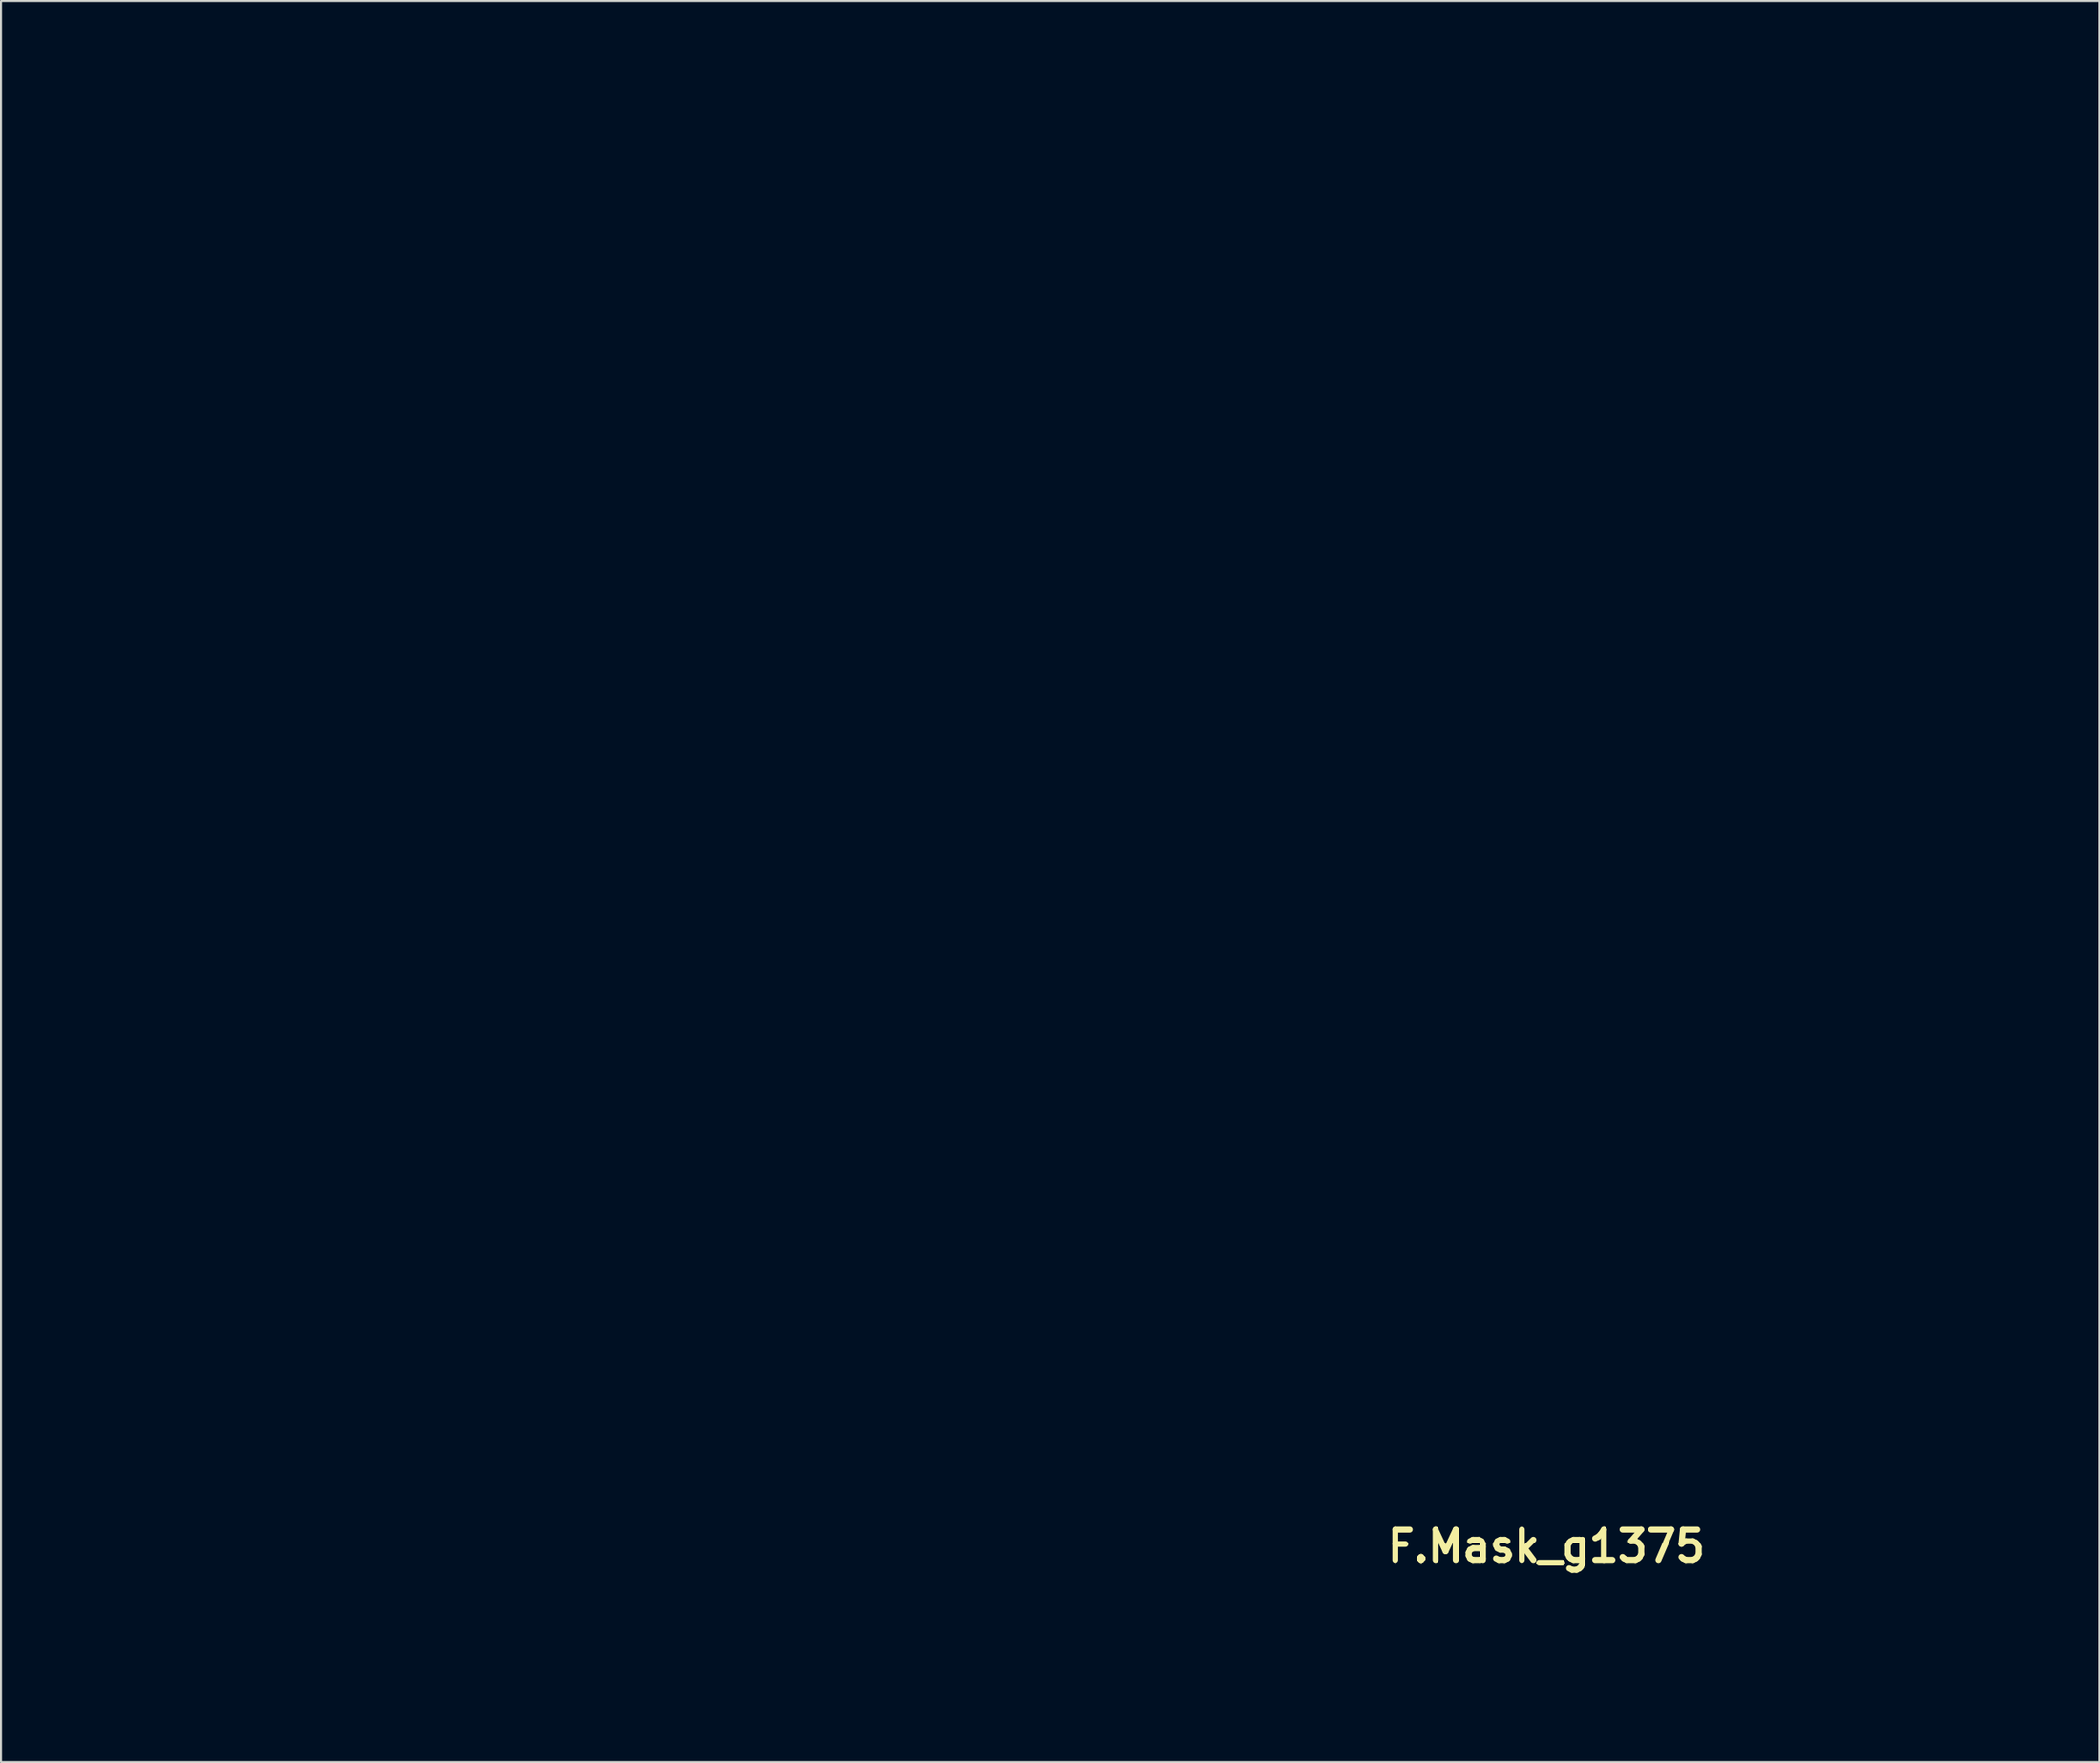
<source format=kicad_pcb>
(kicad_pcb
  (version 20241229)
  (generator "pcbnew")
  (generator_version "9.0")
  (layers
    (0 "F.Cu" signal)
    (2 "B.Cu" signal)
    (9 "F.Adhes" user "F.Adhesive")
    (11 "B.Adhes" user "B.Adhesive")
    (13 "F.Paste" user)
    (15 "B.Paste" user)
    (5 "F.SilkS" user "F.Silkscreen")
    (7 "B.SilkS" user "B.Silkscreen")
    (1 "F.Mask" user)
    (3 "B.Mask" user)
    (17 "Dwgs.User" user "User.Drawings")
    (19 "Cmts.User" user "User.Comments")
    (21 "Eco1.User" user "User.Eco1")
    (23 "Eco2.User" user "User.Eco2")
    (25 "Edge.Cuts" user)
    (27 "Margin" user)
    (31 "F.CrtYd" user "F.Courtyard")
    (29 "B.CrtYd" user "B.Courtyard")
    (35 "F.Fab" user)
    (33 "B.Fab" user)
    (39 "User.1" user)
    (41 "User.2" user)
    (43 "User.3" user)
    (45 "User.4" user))
  (footprint "F.Mask_g1375"
    (layer "F.Cu")
    (at 74.997 74.999)
    (property "Reference" "F.Mask_g1375" (at 0 0 0) (layer "F.SilkS") (effects (font (size 1.524 1.524) (thickness 0.3))))
    (attr through_hole)
    (fp_poly (pts (xy 0.423 1.228) (xy -1.312 1.228) (xy -1.312 0.699) (xy -2.794 0.699) (xy -2.794 1.672) (xy -1.492 1.683) (xy -1.487 2.365) (xy -1.481 3.048) (xy -2.794 3.048) (xy -2.794 4.106) (xy -1.312 4.106) (xy -1.312 3.577) (xy 0.423 3.577) (xy 0.423 5.694) (xy -5.863 5.694) (xy -5.863 4.106) (xy -5.355 4.106) (xy -5.355 0.7) (xy -5.614 0.694) (xy -5.874 0.688) (xy -5.879 -0.111) (xy -5.885 -0.91) (xy 0.423 -0.91) (xy 0.423 1.228)) (stroke (width 0.01) (type solid)) (fill yes) (layer "F.Mask"))
    (fp_poly (pts (xy -59.819 -67.445) (xy -59.67 -67.395) (xy -59.536 -67.309) (xy -59.421 -67.188) (xy -59.361 -67.095) (xy -59.312 -66.965) (xy -59.294 -66.82) (xy -59.31 -66.675) (xy -59.35 -66.559) (xy -59.441 -66.418) (xy -59.555 -66.307) (xy -59.688 -66.229) (xy -59.835 -66.186) (xy -59.989 -66.181) (xy -60.128 -66.21) (xy -60.284 -66.278) (xy -60.405 -66.372) (xy -60.492 -66.49) (xy -60.498 -66.501) (xy -60.554 -66.652) (xy -60.574 -66.806) (xy -60.56 -66.956) (xy -60.515 -67.097) (xy -60.44 -67.223) (xy -60.339 -67.327) (xy -60.213 -67.403) (xy -60.147 -67.427) (xy -59.98 -67.456) (xy -59.819 -67.445)) (stroke (width 0.01) (type solid)) (fill yes) (layer "F.Mask"))
    (fp_poly (pts (xy -40.754 0.333) (xy -40.601 0.553) (xy -40.447 0.775) (xy -40.295 0.994) (xy -40.148 1.205) (xy -40.009 1.405) (xy -39.88 1.589) (xy -39.766 1.754) (xy -39.669 1.893) (xy -39.592 2.004) (xy -39.566 2.041) (xy -39.243 2.505) (xy -39.243 0.699) (xy -39.772 0.699) (xy -39.772 -0.91) (xy -37.105 -0.91) (xy -37.105 0.699) (xy -37.677 0.699) (xy -37.677 5.779) (xy -39.867 5.776) (xy -40.782 4.46) (xy -40.943 4.227) (xy -41.109 3.989) (xy -41.275 3.749) (xy -41.439 3.513) (xy -41.598 3.286) (xy -41.747 3.071) (xy -41.884 2.875) (xy -42.005 2.701) (xy -42.107 2.554) (xy -42.152 2.489) (xy -42.608 1.834) (xy -42.608 4.106) (xy -42.037 4.106) (xy -42.037 5.694) (xy -44.746 5.694) (xy -44.746 4.106) (xy -44.175 4.106) (xy -44.175 0.699) (xy -44.746 0.699) (xy -44.746 -0.91) (xy -41.62 -0.91) (xy -40.754 0.333)) (stroke (width 0.01) (type solid)) (fill yes) (layer "F.Mask"))
    (fp_poly (pts (xy -9.927 0.699) (xy -10.205 0.699) (xy -10.322 0.699) (xy -10.403 0.703) (xy -10.451 0.708) (xy -10.471 0.717) (xy -10.472 0.725) (xy -10.464 0.749) (xy -10.442 0.81) (xy -10.41 0.904) (xy -10.366 1.027) (xy -10.314 1.177) (xy -10.254 1.351) (xy -10.186 1.544) (xy -10.113 1.753) (xy -10.036 1.975) (xy -10.001 2.074) (xy -9.922 2.301) (xy -9.847 2.516) (xy -9.777 2.715) (xy -9.713 2.896) (xy -9.657 3.056) (xy -9.609 3.19) (xy -9.571 3.296) (xy -9.544 3.37) (xy -9.529 3.408) (xy -9.526 3.413) (xy -9.517 3.397) (xy -9.494 3.344) (xy -9.459 3.257) (xy -9.414 3.14) (xy -9.359 2.996) (xy -9.295 2.828) (xy -9.225 2.639) (xy -9.148 2.433) (xy -9.066 2.212) (xy -9.014 2.069) (xy -8.517 0.709) (xy -8.777 0.703) (xy -9.038 0.697) (xy -9.038 -0.91) (xy -6.371 -0.91) (xy -6.371 0.697) (xy -6.619 0.703) (xy -6.866 0.709) (xy -7.852 3.233) (xy -8.837 5.757) (xy -9.87 5.757) (xy -10.106 5.757) (xy -10.303 5.757) (xy -10.465 5.756) (xy -10.596 5.755) (xy -10.698 5.753) (xy -10.775 5.751) (xy -10.832 5.747) (xy -10.87 5.743) (xy -10.895 5.737) (xy -10.908 5.731) (xy -10.915 5.723) (xy -10.916 5.72) (xy -10.926 5.696) (xy -10.951 5.636) (xy -10.99 5.541) (xy -11.042 5.414) (xy -11.107 5.257) (xy -11.183 5.074) (xy -11.27 4.865) (xy -11.366 4.634) (xy -11.47 4.382) (xy -11.581 4.113) (xy -11.699 3.828) (xy -11.823 3.531) (xy -11.951 3.222) (xy -11.962 3.196) (xy -12.993 0.709) (xy -13.238 0.703) (xy -13.483 0.697) (xy -13.483 -0.91) (xy -9.927 -0.91) (xy -9.927 0.699)) (stroke (width 0.01) (type solid)) (fill yes) (layer "F.Mask"))
    (fp_poly (pts (xy -55.626 0.697) (xy -55.897 0.703) (xy -56.168 0.709) (xy -55.728 1.968) (xy -55.65 2.193) (xy -55.575 2.408) (xy -55.504 2.61) (xy -55.44 2.795) (xy -55.382 2.96) (xy -55.333 3.1) (xy -55.294 3.213) (xy -55.266 3.293) (xy -55.251 3.338) (xy -55.25 3.341) (xy -55.212 3.454) (xy -54.718 2.103) (xy -54.634 1.874) (xy -54.554 1.657) (xy -54.48 1.454) (xy -54.413 1.27) (xy -54.353 1.107) (xy -54.302 0.968) (xy -54.262 0.858) (xy -54.233 0.778) (xy -54.216 0.734) (xy -54.213 0.725) (xy -54.219 0.714) (xy -54.249 0.706) (xy -54.309 0.701) (xy -54.404 0.699) (xy -54.47 0.699) (xy -54.737 0.699) (xy -54.737 -0.91) (xy -52.048 -0.91) (xy -52.054 -0.111) (xy -52.059 0.688) (xy -52.307 0.694) (xy -52.554 0.7) (xy -52.596 0.81) (xy -52.607 0.84) (xy -52.633 0.906) (xy -52.672 1.005) (xy -52.722 1.135) (xy -52.784 1.292) (xy -52.855 1.474) (xy -52.934 1.678) (xy -53.021 1.9) (xy -53.114 2.138) (xy -53.212 2.388) (xy -53.314 2.649) (xy -53.418 2.916) (xy -53.524 3.187) (xy -53.63 3.459) (xy -53.736 3.729) (xy -53.84 3.994) (xy -53.94 4.251) (xy -54.036 4.497) (xy -54.127 4.729) (xy -54.211 4.945) (xy -54.288 5.14) (xy -54.355 5.313) (xy -54.413 5.46) (xy -54.459 5.578) (xy -54.493 5.665) (xy -54.514 5.717) (xy -54.519 5.731) (xy -54.53 5.737) (xy -54.561 5.743) (xy -54.613 5.747) (xy -54.69 5.75) (xy -54.795 5.753) (xy -54.931 5.755) (xy -55.1 5.756) (xy -55.306 5.757) (xy -55.55 5.757) (xy -56.589 5.757) (xy -57.637 3.228) (xy -58.685 0.7) (xy -58.933 0.699) (xy -59.182 0.699) (xy -59.182 -0.91) (xy -55.626 -0.91) (xy -55.626 0.697)) (stroke (width 0.01) (type solid)) (fill yes) (layer "F.Mask"))
    (fp_poly (pts (xy -16.088 -45.244) (xy -15.775 -45.244) (xy -15.738 -45.244) (xy -15.473 -45.244) (xy -15.219 -45.243) (xy -14.979 -45.242) (xy -14.758 -45.241) (xy -14.558 -45.239) (xy -14.382 -45.238) (xy -14.235 -45.236) (xy -14.118 -45.233) (xy -14.036 -45.231) (xy -13.992 -45.228) (xy -13.986 -45.228) (xy -13.931 -45.203) (xy -13.893 -45.16) (xy -13.869 -45.092) (xy -13.856 -44.994) (xy -13.854 -44.885) (xy -13.855 -44.782) (xy -13.86 -44.709) (xy -13.872 -44.651) (xy -13.892 -44.595) (xy -13.914 -44.549) (xy -13.962 -44.471) (xy -14.035 -44.375) (xy -14.128 -44.268) (xy -14.231 -44.158) (xy -14.339 -44.052) (xy -14.444 -43.959) (xy -14.497 -43.918) (xy -14.544 -43.882) (xy -14.586 -43.852) (xy -14.626 -43.826) (xy -14.669 -43.805) (xy -14.718 -43.788) (xy -14.776 -43.774) (xy -14.847 -43.763) (xy -14.935 -43.755) (xy -15.044 -43.749) (xy -15.176 -43.745) (xy -15.336 -43.742) (xy -15.528 -43.741) (xy -15.754 -43.74) (xy -16.019 -43.739) (xy -16.034 -43.739) (xy -16.257 -43.738) (xy -16.47 -43.738) (xy -16.669 -43.739) (xy -16.849 -43.74) (xy -17.006 -43.742) (xy -17.136 -43.744) (xy -17.235 -43.746) (xy -17.298 -43.749) (xy -17.317 -43.751) (xy -17.416 -43.775) (xy -17.484 -43.81) (xy -17.534 -43.862) (xy -17.542 -43.873) (xy -17.554 -43.895) (xy -17.563 -43.924) (xy -17.569 -43.966) (xy -17.574 -44.026) (xy -17.577 -44.11) (xy -17.578 -44.222) (xy -17.579 -44.369) (xy -17.579 -44.449) (xy -17.578 -44.6) (xy -17.576 -44.741) (xy -17.573 -44.867) (xy -17.569 -44.97) (xy -17.565 -45.043) (xy -17.562 -45.07) (xy -17.557 -45.1) (xy -17.554 -45.127) (xy -17.548 -45.151) (xy -17.538 -45.171) (xy -17.521 -45.188) (xy -17.494 -45.202) (xy -17.454 -45.213) (xy -17.399 -45.223) (xy -17.326 -45.23) (xy -17.233 -45.235) (xy -17.116 -45.239) (xy -16.973 -45.242) (xy -16.801 -45.243) (xy -16.599 -45.244) (xy -16.362 -45.244) (xy -16.088 -45.244)) (stroke (width 0.01) (type solid)) (fill yes) (layer "F.Mask"))
    (fp_poly (pts (xy 3.667 -0.904) (xy 4.056 -0.902) (xy 4.405 -0.901) (xy 4.718 -0.899) (xy 4.997 -0.896) (xy 5.245 -0.894) (xy 5.464 -0.891) (xy 5.658 -0.888) (xy 5.83 -0.884) (xy 5.981 -0.879) (xy 6.116 -0.874) (xy 6.236 -0.868) (xy 6.345 -0.861) (xy 6.446 -0.853) (xy 6.541 -0.844) (xy 6.632 -0.834) (xy 6.724 -0.823) (xy 6.79 -0.814) (xy 7.088 -0.763) (xy 7.353 -0.693) (xy 7.589 -0.604) (xy 7.8 -0.492) (xy 7.994 -0.355) (xy 8.152 -0.213) (xy 8.325 -0.012) (xy 8.465 0.211) (xy 8.57 0.449) (xy 8.64 0.699) (xy 8.674 0.956) (xy 8.672 1.215) (xy 8.633 1.471) (xy 8.556 1.72) (xy 8.441 1.957) (xy 8.441 1.958) (xy 8.361 2.074) (xy 8.255 2.199) (xy 8.134 2.322) (xy 8.009 2.433) (xy 7.892 2.519) (xy 7.87 2.532) (xy 7.729 2.616) (xy 8.177 3.361) (xy 8.625 4.105) (xy 9.102 4.106) (xy 9.102 5.694) (xy 7.903 5.689) (xy 6.704 5.683) (xy 5.993 4.345) (xy 5.281 3.007) (xy 4.884 3.006) (xy 4.487 3.006) (xy 4.487 4.106) (xy 4.974 4.106) (xy 4.974 5.694) (xy 1.376 5.694) (xy 1.376 4.106) (xy 1.926 4.106) (xy 1.926 1.805) (xy 4.487 1.805) (xy 4.937 1.789) (xy 5.079 1.784) (xy 5.214 1.777) (xy 5.333 1.77) (xy 5.429 1.763) (xy 5.493 1.757) (xy 5.501 1.755) (xy 5.66 1.712) (xy 5.792 1.637) (xy 5.899 1.529) (xy 5.945 1.46) (xy 5.972 1.409) (xy 5.989 1.359) (xy 5.998 1.299) (xy 6 1.215) (xy 6.001 1.175) (xy 5.998 1.073) (xy 5.991 1) (xy 5.975 0.943) (xy 5.954 0.897) (xy 5.88 0.794) (xy 5.778 0.703) (xy 5.665 0.637) (xy 5.633 0.624) (xy 5.567 0.609) (xy 5.467 0.594) (xy 5.339 0.58) (xy 5.191 0.568) (xy 5.032 0.559) (xy 4.869 0.553) (xy 4.715 0.551) (xy 4.487 0.55) (xy 4.487 1.805) (xy 1.926 1.805) (xy 1.926 0.7) (xy 1.386 0.688) (xy 1.381 -0.113) (xy 1.375 -0.914) (xy 3.667 -0.904)) (stroke (width 0.01) (type solid)) (fill yes) (layer "F.Mask"))
    (fp_poly (pts (xy -16.976 0.699) (xy -17.275 0.699) (xy -17.266 2.122) (xy -17.265 2.408) (xy -17.263 2.656) (xy -17.261 2.867) (xy -17.259 3.046) (xy -17.256 3.195) (xy -17.253 3.319) (xy -17.25 3.419) (xy -17.246 3.5) (xy -17.242 3.564) (xy -17.236 3.615) (xy -17.23 3.657) (xy -17.223 3.691) (xy -17.223 3.694) (xy -17.168 3.873) (xy -17.095 4.014) (xy -17.004 4.121) (xy -16.893 4.194) (xy -16.77 4.234) (xy -16.603 4.252) (xy -16.45 4.235) (xy -16.315 4.185) (xy -16.203 4.104) (xy -16.118 3.993) (xy -16.092 3.939) (xy -16.074 3.894) (xy -16.059 3.85) (xy -16.045 3.803) (xy -16.034 3.749) (xy -16.024 3.686) (xy -16.016 3.61) (xy -16.01 3.518) (xy -16.004 3.407) (xy -16 3.274) (xy -15.996 3.114) (xy -15.994 2.926) (xy -15.991 2.705) (xy -15.989 2.449) (xy -15.987 2.153) (xy -15.987 2.133) (xy -15.978 0.699) (xy -16.32 0.699) (xy -16.32 -0.91) (xy -13.822 -0.91) (xy -13.822 0.699) (xy -14.351 0.699) (xy -14.351 2.09) (xy -14.352 2.392) (xy -14.352 2.656) (xy -14.354 2.885) (xy -14.356 3.082) (xy -14.359 3.252) (xy -14.363 3.398) (xy -14.369 3.523) (xy -14.376 3.632) (xy -14.385 3.728) (xy -14.396 3.815) (xy -14.409 3.897) (xy -14.424 3.976) (xy -14.442 4.058) (xy -14.455 4.113) (xy -14.538 4.387) (xy -14.651 4.645) (xy -14.791 4.877) (xy -14.921 5.042) (xy -15.087 5.201) (xy -15.287 5.347) (xy -15.517 5.478) (xy -15.77 5.589) (xy -16.039 5.679) (xy -16.319 5.743) (xy -16.351 5.749) (xy -16.458 5.762) (xy -16.598 5.774) (xy -16.759 5.782) (xy -16.931 5.788) (xy -17.104 5.79) (xy -17.268 5.789) (xy -17.412 5.785) (xy -17.515 5.777) (xy -17.879 5.726) (xy -18.208 5.651) (xy -18.505 5.55) (xy -18.769 5.424) (xy -19.001 5.272) (xy -19.204 5.093) (xy -19.377 4.886) (xy -19.523 4.651) (xy -19.641 4.386) (xy -19.672 4.297) (xy -19.705 4.192) (xy -19.734 4.086) (xy -19.759 3.975) (xy -19.781 3.855) (xy -19.799 3.723) (xy -19.814 3.576) (xy -19.826 3.411) (xy -19.836 3.223) (xy -19.843 3.01) (xy -19.848 2.768) (xy -19.852 2.494) (xy -19.854 2.184) (xy -19.854 1.847) (xy -19.854 0.699) (xy -20.362 0.699) (xy -20.362 -0.91) (xy -16.976 -0.91) (xy -16.976 0.699)) (stroke (width 0.01) (type solid)) (fill yes) (layer "F.Mask"))
    (fp_poly (pts (xy -46.376 0.699) (xy -46.63 0.699) (xy -46.728 0.699) (xy -46.809 0.7) (xy -46.863 0.702) (xy -46.884 0.704) (xy -46.884 0.704) (xy -46.877 0.724) (xy -46.856 0.781) (xy -46.823 0.872) (xy -46.779 0.994) (xy -46.724 1.144) (xy -46.659 1.32) (xy -46.587 1.518) (xy -46.507 1.735) (xy -46.422 1.969) (xy -46.331 2.217) (xy -46.262 2.402) (xy -45.641 4.096) (xy -45.148 4.108) (xy -45.148 5.694) (xy -48.62 5.694) (xy -48.62 4.233) (xy -48.334 4.233) (xy -48.227 4.232) (xy -48.138 4.228) (xy -48.077 4.222) (xy -48.049 4.215) (xy -48.048 4.214) (xy -48.054 4.188) (xy -48.07 4.129) (xy -48.094 4.046) (xy -48.124 3.945) (xy -48.157 3.835) (xy -48.191 3.724) (xy -48.224 3.618) (xy -48.252 3.53) (xy -48.285 3.429) (xy -49.948 3.429) (xy -49.981 3.519) (xy -50.001 3.573) (xy -50.029 3.652) (xy -50.063 3.747) (xy -50.1 3.85) (xy -50.136 3.955) (xy -50.17 4.052) (xy -50.198 4.135) (xy -50.219 4.195) (xy -50.228 4.224) (xy -50.228 4.226) (xy -50.209 4.229) (xy -50.155 4.231) (xy -50.074 4.233) (xy -49.975 4.233) (xy -49.964 4.233) (xy -49.699 4.233) (xy -49.699 5.694) (xy -52.324 5.694) (xy -52.324 4.106) (xy -51.825 4.106) (xy -51.276 2.582) (xy -49.683 2.582) (xy -49.12 2.582) (xy -48.97 2.582) (xy -48.836 2.58) (xy -48.721 2.577) (xy -48.633 2.573) (xy -48.576 2.569) (xy -48.556 2.564) (xy -48.562 2.542) (xy -48.579 2.484) (xy -48.605 2.396) (xy -48.639 2.282) (xy -48.679 2.149) (xy -48.724 2.002) (xy -48.771 1.844) (xy -48.82 1.682) (xy -48.869 1.521) (xy -48.917 1.366) (xy -48.961 1.222) (xy -49 1.093) (xy -49.033 0.987) (xy -49.058 0.906) (xy -49.074 0.857) (xy -49.078 0.847) (xy -49.086 0.861) (xy -49.106 0.91) (xy -49.137 0.99) (xy -49.176 1.095) (xy -49.221 1.221) (xy -49.272 1.362) (xy -49.326 1.513) (xy -49.381 1.671) (xy -49.436 1.829) (xy -49.49 1.984) (xy -49.54 2.129) (xy -49.584 2.261) (xy -49.621 2.374) (xy -49.65 2.463) (xy -49.668 2.523) (xy -49.671 2.534) (xy -49.683 2.582) (xy -51.276 2.582) (xy -51.217 2.418) (xy -51.125 2.162) (xy -51.037 1.918) (xy -50.955 1.688) (xy -50.879 1.475) (xy -50.81 1.282) (xy -50.749 1.113) (xy -50.698 0.97) (xy -50.658 0.855) (xy -50.629 0.773) (xy -50.613 0.725) (xy -50.609 0.714) (xy -50.629 0.708) (xy -50.683 0.703) (xy -50.763 0.7) (xy -50.861 0.699) (xy -51.117 0.699) (xy -51.117 -0.91) (xy -46.376 -0.91) (xy -46.376 0.699)) (stroke (width 0.01) (type solid)) (fill yes) (layer "F.Mask"))
    (fp_poly (pts (xy -24.236 -1.005) (xy -23.841 -0.943) (xy -23.466 -0.85) (xy -23.381 -0.823) (xy -23.044 -0.691) (xy -22.725 -0.522) (xy -22.428 -0.316) (xy -22.152 -0.076) (xy -21.899 0.199) (xy -21.671 0.508) (xy -21.554 0.695) (xy -21.389 1.016) (xy -21.261 1.352) (xy -21.17 1.699) (xy -21.117 2.054) (xy -21.101 2.412) (xy -21.122 2.769) (xy -21.181 3.121) (xy -21.277 3.465) (xy -21.409 3.796) (xy -21.558 4.075) (xy -21.777 4.4) (xy -22.023 4.693) (xy -22.294 4.953) (xy -22.591 5.179) (xy -22.911 5.371) (xy -23.254 5.527) (xy -23.619 5.646) (xy -23.864 5.704) (xy -24.231 5.761) (xy -24.616 5.792) (xy -25.005 5.795) (xy -25.326 5.776) (xy -25.692 5.724) (xy -26.052 5.64) (xy -26.4 5.525) (xy -26.728 5.381) (xy -27.03 5.212) (xy -27.157 5.127) (xy -27.293 5.022) (xy -27.439 4.895) (xy -27.588 4.753) (xy -27.73 4.606) (xy -27.856 4.462) (xy -27.958 4.332) (xy -27.975 4.307) (xy -28.157 4.006) (xy -28.304 3.692) (xy -28.417 3.357) (xy -28.473 3.133) (xy -28.488 3.054) (xy -28.5 2.981) (xy -28.509 2.905) (xy -28.515 2.819) (xy -28.519 2.713) (xy -28.521 2.581) (xy -28.521 2.415) (xy -28.521 2.413) (xy -28.521 2.365) (xy -25.658 2.365) (xy -25.654 2.699) (xy -25.637 3) (xy -25.609 3.266) (xy -25.569 3.496) (xy -25.518 3.689) (xy -25.456 3.842) (xy -25.435 3.881) (xy -25.363 3.979) (xy -25.269 4.072) (xy -25.167 4.149) (xy -25.069 4.198) (xy -25.068 4.198) (xy -24.953 4.223) (xy -24.817 4.228) (xy -24.677 4.215) (xy -24.552 4.185) (xy -24.517 4.171) (xy -24.406 4.104) (xy -24.3 4.007) (xy -24.209 3.89) (xy -24.159 3.798) (xy -24.101 3.639) (xy -24.054 3.439) (xy -24.02 3.199) (xy -23.997 2.919) (xy -23.986 2.6) (xy -23.987 2.242) (xy -23.988 2.205) (xy -23.998 1.915) (xy -24.014 1.664) (xy -24.037 1.447) (xy -24.068 1.262) (xy -24.108 1.104) (xy -24.157 0.97) (xy -24.217 0.858) (xy -24.288 0.762) (xy -24.322 0.726) (xy -24.412 0.645) (xy -24.501 0.59) (xy -24.601 0.557) (xy -24.723 0.542) (xy -24.819 0.54) (xy -24.921 0.541) (xy -24.993 0.546) (xy -25.049 0.557) (xy -25.103 0.577) (xy -25.158 0.604) (xy -25.27 0.676) (xy -25.366 0.771) (xy -25.446 0.892) (xy -25.512 1.04) (xy -25.565 1.219) (xy -25.605 1.432) (xy -25.633 1.68) (xy -25.65 1.967) (xy -25.651 2) (xy -25.658 2.365) (xy -28.521 2.365) (xy -28.521 2.224) (xy -28.517 2.068) (xy -28.51 1.936) (xy -28.497 1.819) (xy -28.478 1.709) (xy -28.451 1.595) (xy -28.416 1.47) (xy -28.38 1.355) (xy -28.248 1.005) (xy -28.08 0.677) (xy -27.879 0.371) (xy -27.646 0.09) (xy -27.386 -0.164) (xy -27.098 -0.389) (xy -26.787 -0.583) (xy -26.455 -0.743) (xy -26.103 -0.867) (xy -25.859 -0.929) (xy -25.462 -0.997) (xy -25.054 -1.032) (xy -24.643 -1.034) (xy -24.236 -1.005)) (stroke (width 0.01) (type solid)) (fill yes) (layer "F.Mask"))
    (fp_poly (pts (xy -32.937 -1.026) (xy -32.762 -1.02) (xy -32.605 -1.01) (xy -32.475 -0.996) (xy -32.438 -0.99) (xy -32.133 -0.919) (xy -31.848 -0.826) (xy -31.588 -0.712) (xy -31.36 -0.58) (xy -31.351 -0.573) (xy -31.221 -0.485) (xy -31.221 -0.91) (xy -29.612 -0.91) (xy -29.612 1.524) (xy -31.278 1.524) (xy -31.304 1.434) (xy -31.362 1.284) (xy -31.446 1.128) (xy -31.546 0.982) (xy -31.637 0.877) (xy -31.794 0.746) (xy -31.965 0.648) (xy -32.145 0.585) (xy -32.329 0.555) (xy -32.512 0.56) (xy -32.688 0.6) (xy -32.852 0.674) (xy -32.999 0.784) (xy -33.03 0.814) (xy -33.151 0.965) (xy -33.25 1.149) (xy -33.329 1.368) (xy -33.386 1.621) (xy -33.423 1.91) (xy -33.439 2.236) (xy -33.437 2.526) (xy -33.422 2.825) (xy -33.392 3.088) (xy -33.348 3.317) (xy -33.287 3.516) (xy -33.21 3.688) (xy -33.115 3.837) (xy -33.037 3.929) (xy -32.896 4.054) (xy -32.743 4.141) (xy -32.571 4.193) (xy -32.376 4.212) (xy -32.353 4.212) (xy -32.149 4.195) (xy -31.966 4.144) (xy -31.801 4.055) (xy -31.647 3.927) (xy -31.616 3.895) (xy -31.497 3.75) (xy -31.395 3.582) (xy -31.306 3.386) (xy -31.23 3.157) (xy -31.18 2.966) (xy -31.16 2.885) (xy -31.144 2.822) (xy -31.133 2.786) (xy -31.131 2.782) (xy -31.11 2.787) (xy -31.055 2.805) (xy -30.97 2.833) (xy -30.86 2.871) (xy -30.73 2.916) (xy -30.585 2.966) (xy -30.43 3.019) (xy -30.271 3.075) (xy -30.112 3.131) (xy -29.958 3.185) (xy -29.814 3.236) (xy -29.685 3.281) (xy -29.577 3.32) (xy -29.494 3.35) (xy -29.441 3.37) (xy -29.424 3.378) (xy -29.422 3.404) (xy -29.432 3.461) (xy -29.45 3.541) (xy -29.475 3.635) (xy -29.504 3.735) (xy -29.522 3.789) (xy -29.651 4.114) (xy -29.818 4.42) (xy -30.023 4.707) (xy -30.246 4.955) (xy -30.462 5.153) (xy -30.688 5.319) (xy -30.928 5.458) (xy -31.189 5.57) (xy -31.476 5.661) (xy -31.796 5.732) (xy -31.835 5.739) (xy -31.937 5.753) (xy -32.07 5.765) (xy -32.225 5.776) (xy -32.393 5.785) (xy -32.562 5.791) (xy -32.724 5.795) (xy -32.868 5.794) (xy -32.985 5.791) (xy -33.031 5.787) (xy -33.265 5.762) (xy -33.466 5.736) (xy -33.642 5.708) (xy -33.801 5.676) (xy -33.952 5.639) (xy -34.104 5.594) (xy -34.191 5.566) (xy -34.49 5.45) (xy -34.77 5.308) (xy -35.026 5.145) (xy -35.249 4.964) (xy -35.312 4.904) (xy -35.569 4.619) (xy -35.788 4.315) (xy -35.969 3.993) (xy -36.112 3.651) (xy -36.218 3.291) (xy -36.286 2.91) (xy -36.315 2.561) (xy -36.313 2.15) (xy -36.273 1.756) (xy -36.194 1.379) (xy -36.077 1.02) (xy -35.921 0.678) (xy -35.729 0.356) (xy -35.498 0.052) (xy -35.23 -0.231) (xy -35.225 -0.236) (xy -34.969 -0.454) (xy -34.694 -0.637) (xy -34.397 -0.786) (xy -34.076 -0.903) (xy -33.729 -0.988) (xy -33.615 -1.004) (xy -33.469 -1.016) (xy -33.301 -1.024) (xy -33.12 -1.027) (xy -32.937 -1.026)) (stroke (width 0.01) (type solid)) (fill yes) (layer "F.Mask"))
    (fp_poly (pts (xy -12.966 -72.787) (xy -13.362 -72.39) (xy -13.73 -72.021) (xy -14.069 -71.68) (xy -14.381 -71.366) (xy -14.668 -71.078) (xy -14.93 -70.814) (xy -15.167 -70.574) (xy -15.382 -70.357) (xy -15.575 -70.16) (xy -15.747 -69.985) (xy -15.9 -69.828) (xy -16.033 -69.69) (xy -16.149 -69.569) (xy -16.248 -69.465) (xy -16.331 -69.375) (xy -16.399 -69.3) (xy -16.454 -69.237) (xy -16.495 -69.187) (xy -16.526 -69.148) (xy -16.545 -69.118) (xy -16.555 -69.098) (xy -16.556 -69.085) (xy -16.554 -69.081) (xy -16.526 -69.072) (xy -16.465 -69.061) (xy -16.38 -69.051) (xy -16.284 -69.043) (xy -16.24 -69.042) (xy -16.156 -69.04) (xy -16.034 -69.038) (xy -15.875 -69.036) (xy -15.681 -69.035) (xy -15.455 -69.033) (xy -15.197 -69.031) (xy -14.911 -69.029) (xy -14.598 -69.027) (xy -14.26 -69.025) (xy -13.899 -69.024) (xy -13.516 -69.022) (xy -13.114 -69.02) (xy -12.695 -69.019) (xy -12.261 -69.017) (xy -11.812 -69.016) (xy -11.353 -69.015) (xy -10.883 -69.013) (xy -10.806 -69.013) (xy -10.189 -69.012) (xy -9.614 -69.01) (xy -9.078 -69.009) (xy -8.581 -69.007) (xy -8.12 -69.005) (xy -7.694 -69.004) (xy -7.303 -69.002) (xy -6.943 -69) (xy -6.616 -68.998) (xy -6.317 -68.996) (xy -6.047 -68.994) (xy -5.804 -68.991) (xy -5.587 -68.989) (xy -5.394 -68.986) (xy -5.223 -68.983) (xy -5.074 -68.98) (xy -4.944 -68.976) (xy -4.834 -68.972) (xy -4.74 -68.968) (xy -4.662 -68.964) (xy -4.598 -68.959) (xy -4.548 -68.954) (xy -4.509 -68.948) (xy -4.48 -68.942) (xy -4.459 -68.936) (xy -4.452 -68.933) (xy -4.409 -68.905) (xy -4.344 -68.853) (xy -4.256 -68.777) (xy -4.145 -68.675) (xy -4.009 -68.549) (xy -3.849 -68.395) (xy -3.663 -68.215) (xy -3.45 -68.006) (xy -3.211 -67.769) (xy -2.943 -67.503) (xy -2.772 -67.332) (xy -2.485 -67.045) (xy -2.228 -66.786) (xy -2 -66.555) (xy -1.799 -66.35) (xy -1.626 -66.171) (xy -1.48 -66.017) (xy -1.358 -65.887) (xy -1.261 -65.78) (xy -1.189 -65.695) (xy -1.139 -65.632) (xy -1.111 -65.589) (xy -1.104 -65.565) (xy -1.106 -65.562) (xy -1.137 -65.551) (xy -1.206 -65.542) (xy -1.306 -65.533) (xy -1.432 -65.526) (xy -1.579 -65.52) (xy -1.742 -65.516) (xy -1.915 -65.513) (xy -2.093 -65.511) (xy -2.271 -65.511) (xy -2.443 -65.513) (xy -2.604 -65.517) (xy -2.748 -65.523) (xy -2.871 -65.531) (xy -2.875 -65.531) (xy -3.115 -65.551) (xy -3.276 -65.695) (xy -3.331 -65.745) (xy -3.411 -65.82) (xy -3.511 -65.916) (xy -3.626 -66.026) (xy -3.75 -66.146) (xy -3.88 -66.272) (xy -3.946 -66.336) (xy -4.12 -66.506) (xy -4.269 -66.65) (xy -4.397 -66.772) (xy -4.508 -66.875) (xy -4.606 -66.964) (xy -4.696 -67.043) (xy -4.783 -67.116) (xy -4.869 -67.185) (xy -4.961 -67.257) (xy -5.009 -67.293) (xy -5.246 -67.473) (xy -5.835 -67.487) (xy -5.963 -67.489) (xy -6.132 -67.491) (xy -6.341 -67.494) (xy -6.588 -67.496) (xy -6.872 -67.498) (xy -7.192 -67.5) (xy -7.547 -67.501) (xy -7.934 -67.503) (xy -8.354 -67.504) (xy -8.804 -67.506) (xy -9.284 -67.507) (xy -9.792 -67.508) (xy -10.326 -67.51) (xy -10.885 -67.51) (xy -11.469 -67.511) (xy -12.076 -67.512) (xy -12.704 -67.513) (xy -13.352 -67.513) (xy -14.019 -67.514) (xy -14.703 -67.514) (xy -15.404 -67.515) (xy -16.12 -67.515) (xy -16.849 -67.515) (xy -17.591 -67.515) (xy -18.344 -67.515) (xy -19.107 -67.514) (xy -19.878 -67.514) (xy -20.656 -67.514) (xy -21.44 -67.513) (xy -22.228 -67.513) (xy -23.02 -67.512) (xy -23.813 -67.511) (xy -24.608 -67.51) (xy -25.401 -67.509) (xy -26.193 -67.508) (xy -26.981 -67.507) (xy -27.765 -67.506) (xy -28.542 -67.505) (xy -29.313 -67.504) (xy -30.075 -67.502) (xy -30.827 -67.501) (xy -31.568 -67.499) (xy -32.297 -67.497) (xy -33.012 -67.496) (xy -33.712 -67.494) (xy -34.395 -67.492) (xy -35.061 -67.49) (xy -35.708 -67.488) (xy -36.335 -67.486) (xy -36.94 -67.484) (xy -37.522 -67.482) (xy -38.08 -67.479) (xy -38.613 -67.477) (xy -39.119 -67.475) (xy -39.597 -67.472) (xy -40.045 -67.47) (xy -40.463 -67.467) (xy -40.849 -67.464) (xy -41.201 -67.462) (xy -41.519 -67.459) (xy -41.633 -67.458) (xy -43.695 -67.437) (xy -43.845 -67.322) (xy -43.903 -67.275) (xy -43.985 -67.203) (xy -44.085 -67.114) (xy -44.196 -67.012) (xy -44.312 -66.904) (xy -44.386 -66.833) (xy -44.504 -66.722) (xy -44.621 -66.613) (xy -44.732 -66.511) (xy -44.83 -66.424) (xy -44.908 -66.356) (xy -44.943 -66.326) (xy -45.109 -66.193) (xy -48.531 -66.175) (xy -49.138 -66.172) (xy -49.738 -66.169) (xy -50.33 -66.166) (xy -50.913 -66.164) (xy -51.484 -66.162) (xy -52.042 -66.161) (xy -52.586 -66.159) (xy -53.114 -66.158) (xy -53.625 -66.158) (xy -54.117 -66.157) (xy -54.589 -66.157) (xy -55.038 -66.157) (xy -55.464 -66.158) (xy -55.866 -66.158) (xy -56.24 -66.159) (xy -56.587 -66.161) (xy -56.904 -66.162) (xy -57.191 -66.164) (xy -57.444 -66.166) (xy -57.664 -66.169) (xy -57.847 -66.172) (xy -57.994 -66.175) (xy -58.102 -66.178) (xy -58.17 -66.181) (xy -58.185 -66.183) (xy -58.288 -66.198) (xy -58.363 -66.215) (xy -58.423 -66.239) (xy -58.484 -66.274) (xy -58.498 -66.283) (xy -58.623 -66.388) (xy -58.714 -66.511) (xy -58.771 -66.646) (xy -58.795 -66.786) (xy -58.786 -66.927) (xy -58.744 -67.063) (xy -58.67 -67.187) (xy -58.565 -67.294) (xy -58.428 -67.378) (xy -58.421 -67.381) (xy -58.393 -67.392) (xy -58.362 -67.402) (xy -58.323 -67.41) (xy -58.272 -67.416) (xy -58.203 -67.421) (xy -58.114 -67.426) (xy -57.998 -67.43) (xy -57.851 -67.433) (xy -57.668 -67.437) (xy -57.573 -67.439) (xy -57.397 -67.443) (xy -57.233 -67.448) (xy -57.087 -67.452) (xy -56.962 -67.457) (xy -56.865 -67.461) (xy -56.801 -67.466) (xy -56.776 -67.469) (xy -56.742 -67.484) (xy -56.724 -67.506) (xy -56.723 -67.537) (xy -56.742 -67.58) (xy -56.781 -67.638) (xy -56.843 -67.714) (xy -56.93 -67.81) (xy -57.044 -67.93) (xy -57.187 -68.077) (xy -57.19 -68.08) (xy -57.414 -68.305) (xy -57.612 -68.496) (xy -57.784 -68.655) (xy -57.929 -68.781) (xy -58.048 -68.874) (xy -58.142 -68.934) (xy -58.158 -68.942) (xy -58.287 -69.006) (xy -58.988 -69.03) (xy -59.178 -69.035) (xy -59.382 -69.038) (xy -59.595 -69.039) (xy -59.813 -69.039) (xy -60.03 -69.037) (xy -60.241 -69.033) (xy -60.442 -69.028) (xy -60.627 -69.022) (xy -60.792 -69.015) (xy -60.932 -69.007) (xy -61.041 -68.997) (xy -61.114 -68.987) (xy -61.133 -68.983) (xy -61.175 -68.967) (xy -61.222 -68.942) (xy -61.278 -68.906) (xy -61.344 -68.855) (xy -61.424 -68.789) (xy -61.521 -68.704) (xy -61.635 -68.598) (xy -61.772 -68.47) (xy -61.932 -68.316) (xy -62.119 -68.135) (xy -62.161 -68.094) (xy -62.844 -67.428) (xy -62.844 -64.841) (xy -62.782 -64.747) (xy -62.744 -64.696) (xy -62.686 -64.622) (xy -62.614 -64.535) (xy -62.537 -64.445) (xy -62.526 -64.432) (xy -62.452 -64.346) (xy -62.387 -64.267) (xy -62.337 -64.203) (xy -62.307 -64.161) (xy -62.304 -64.155) (xy -62.275 -64.118) (xy -62.221 -64.066) (xy -62.151 -64.007) (xy -62.119 -63.981) (xy -62.035 -63.912) (xy -61.937 -63.824) (xy -61.831 -63.723) (xy -61.722 -63.615) (xy -61.617 -63.507) (xy -61.521 -63.402) (xy -61.44 -63.309) (xy -61.379 -63.231) (xy -61.343 -63.176) (xy -61.343 -63.175) (xy -61.31 -63.086) (xy -61.284 -62.97) (xy -61.272 -62.89) (xy -61.269 -62.838) (xy -61.266 -62.746) (xy -61.263 -62.615) (xy -61.261 -62.446) (xy -61.259 -62.243) (xy -61.258 -62.005) (xy -61.257 -61.736) (xy -61.257 -61.436) (xy -61.257 -61.108) (xy -61.257 -60.754) (xy -61.258 -60.374) (xy -61.258 -60.367) (xy -61.259 -60.045) (xy -61.26 -59.728) (xy -61.261 -59.419) (xy -61.261 -59.122) (xy -61.262 -58.839) (xy -61.263 -58.575) (xy -61.264 -58.333) (xy -61.264 -58.116) (xy -61.265 -57.928) (xy -61.265 -57.772) (xy -61.265 -57.651) (xy -61.266 -57.573) (xy -61.265 -57.382) (xy -61.26 -57.226) (xy -61.25 -57.099) (xy -61.233 -56.996) (xy -61.209 -56.909) (xy -61.176 -56.832) (xy -61.133 -56.759) (xy -61.098 -56.709) (xy -61.055 -56.655) (xy -60.985 -56.576) (xy -60.892 -56.474) (xy -60.782 -56.355) (xy -60.656 -56.221) (xy -60.52 -56.078) (xy -60.376 -55.929) (xy -60.23 -55.778) (xy -60.084 -55.63) (xy -59.942 -55.488) (xy -59.809 -55.356) (xy -59.72 -55.268) (xy -59.572 -55.126) (xy -59.422 -54.985) (xy -59.275 -54.848) (xy -59.133 -54.719) (xy -59.002 -54.6) (xy -58.883 -54.496) (xy -58.781 -54.408) (xy -58.699 -54.341) (xy -58.641 -54.298) (xy -58.614 -54.283) (xy -58.586 -54.28) (xy -58.518 -54.278) (xy -58.413 -54.275) (xy -58.272 -54.273) (xy -58.1 -54.271) (xy -57.897 -54.269) (xy -57.666 -54.267) (xy -57.41 -54.265) (xy -57.132 -54.264) (xy -56.833 -54.262) (xy -56.516 -54.26) (xy -56.184 -54.259) (xy -55.839 -54.258) (xy -55.483 -54.257) (xy -55.119 -54.256) (xy -54.75 -54.255) (xy -54.377 -54.255) (xy -54.004 -54.254) (xy -53.632 -54.254) (xy -53.265 -54.254) (xy -52.904 -54.254) (xy -52.553 -54.254) (xy -52.212 -54.254) (xy -51.886 -54.255) (xy -51.576 -54.255) (xy -51.285 -54.256) (xy -51.016 -54.257) (xy -50.77 -54.258) (xy -50.55 -54.26) (xy -50.359 -54.261) (xy -50.199 -54.263) (xy -50.072 -54.265) (xy -49.982 -54.268) (xy -49.93 -54.27) (xy -49.924 -54.27) (xy -49.777 -54.292) (xy -49.66 -54.323) (xy -49.559 -54.37) (xy -49.464 -54.437) (xy -49.401 -54.492) (xy -49.305 -54.571) (xy -49.221 -54.615) (xy -49.14 -54.627) (xy -49.055 -54.611) (xy -48.977 -54.573) (xy -48.881 -54.511) (xy -48.778 -54.43) (xy -48.676 -54.338) (xy -48.625 -54.286) (xy -48.567 -54.221) (xy -48.533 -54.173) (xy -48.517 -54.129) (xy -48.514 -54.084) (xy -48.516 -54.053) (xy -48.523 -54.023) (xy -48.54 -53.989) (xy -48.571 -53.946) (xy -48.618 -53.888) (xy -48.685 -53.811) (xy -48.776 -53.708) (xy -48.807 -53.675) (xy -48.959 -53.508) (xy -49.089 -53.371) (xy -49.201 -53.26) (xy -49.298 -53.171) (xy -49.385 -53.101) (xy -49.434 -53.066) (xy -49.523 -53.004) (xy -53.003 -52.999) (xy -53.588 -52.998) (xy -54.132 -52.997) (xy -54.636 -52.996) (xy -55.103 -52.995) (xy -55.534 -52.995) (xy -55.929 -52.994) (xy -56.292 -52.994) (xy -56.622 -52.994) (xy -56.922 -52.994) (xy -57.194 -52.994) (xy -57.438 -52.994) (xy -57.656 -52.994) (xy -57.85 -52.995) (xy -58.021 -52.996) (xy -58.171 -52.997) (xy -58.301 -52.998) (xy -58.413 -52.999) (xy -58.508 -53.001) (xy -58.587 -53.003) (xy -58.653 -53.005) (xy -58.707 -53.007) (xy -58.75 -53.01) (xy -58.783 -53.013) (xy -58.809 -53.016) (xy -58.828 -53.02) (xy -58.843 -53.024) (xy -58.855 -53.028) (xy -58.864 -53.033) (xy -58.874 -53.037) (xy -58.876 -53.039) (xy -58.919 -53.064) (xy -58.972 -53.101) (xy -59.037 -53.153) (xy -59.116 -53.22) (xy -59.211 -53.306) (xy -59.325 -53.411) (xy -59.459 -53.538) (xy -59.615 -53.689) (xy -59.796 -53.865) (xy -60.004 -54.069) (xy -60.09 -54.154) (xy -60.308 -54.368) (xy -60.497 -54.553) (xy -60.661 -54.711) (xy -60.8 -54.843) (xy -60.917 -54.952) (xy -61.013 -55.038) (xy -61.09 -55.104) (xy -61.15 -55.151) (xy -61.195 -55.181) (xy -61.226 -55.194) (xy -61.227 -55.195) (xy -61.25 -55.197) (xy -61.276 -55.193) (xy -61.308 -55.18) (xy -61.348 -55.157) (xy -61.398 -55.121) (xy -61.459 -55.071) (xy -61.535 -55.006) (xy -61.626 -54.922) (xy -61.736 -54.82) (xy -61.866 -54.696) (xy -62.017 -54.549) (xy -62.193 -54.376) (xy -62.395 -54.178) (xy -62.579 -53.996) (xy -62.776 -53.802) (xy -62.945 -53.636) (xy -63.089 -53.495) (xy -63.21 -53.378) (xy -63.31 -53.282) (xy -63.392 -53.206) (xy -63.457 -53.147) (xy -63.509 -53.103) (xy -63.549 -53.072) (xy -63.579 -53.052) (xy -63.602 -53.04) (xy -63.633 -53.037) (xy -63.706 -53.033) (xy -63.821 -53.029) (xy -63.979 -53.026) (xy -64.178 -53.022) (xy -64.419 -53.019) (xy -64.702 -53.015) (xy -65.027 -53.012) (xy -65.393 -53.009) (xy -65.801 -53.006) (xy -66.251 -53.003) (xy -66.559 -53.001) (xy -66.913 -52.998) (xy -67.26 -52.996) (xy -67.598 -52.993) (xy -67.922 -52.991) (xy -68.232 -52.988) (xy -68.523 -52.986) (xy -68.792 -52.983) (xy -69.038 -52.98) (xy -69.256 -52.978) (xy -69.445 -52.976) (xy -69.601 -52.973) (xy -69.722 -52.971) (xy -69.804 -52.969) (xy -69.826 -52.968) (xy -70.193 -52.954) (xy -70.662 -52.507) (xy -70.747 -52.426) (xy -70.856 -52.32) (xy -70.987 -52.191) (xy -71.137 -52.043) (xy -71.305 -51.877) (xy -71.488 -51.696) (xy -71.684 -51.502) (xy -71.89 -51.296) (xy -72.104 -51.083) (xy -72.325 -50.863) (xy -72.549 -50.639) (xy -72.774 -50.413) (xy -72.999 -50.188) (xy -73.22 -49.966) (xy -73.436 -49.749) (xy -73.645 -49.54) (xy -73.843 -49.34) (xy -74.029 -49.152) (xy -74.2 -48.979) (xy -74.355 -48.822) (xy -74.491 -48.684) (xy -74.605 -48.566) (xy -74.696 -48.473) (xy -74.76 -48.405) (xy -74.792 -48.37) (xy -74.859 -48.296) (xy -74.916 -48.235) (xy -74.958 -48.193) (xy -74.978 -48.177) (xy -74.978 -48.177) (xy -74.979 -48.198) (xy -74.98 -48.26) (xy -74.98 -48.362) (xy -74.981 -48.502) (xy -74.982 -48.68) (xy -74.983 -48.894) (xy -74.984 -49.142) (xy -74.985 -49.425) (xy -74.986 -49.74) (xy -74.986 -50.086) (xy -74.987 -50.462) (xy -74.988 -50.866) (xy -74.988 -51.298) (xy -74.989 -51.756) (xy -74.989 -52.24) (xy -74.99 -52.746) (xy -74.99 -53.276) (xy -74.991 -53.826) (xy -74.991 -54.397) (xy -74.991 -54.986) (xy -74.992 -55.593) (xy -74.992 -56.216) (xy -74.992 -56.854) (xy -74.992 -57.506) (xy -74.992 -58.17) (xy -74.992 -58.846) (xy -74.992 -59.198) (xy -74.992 -60.066) (xy -74.992 -60.893) (xy -74.991 -61.678) (xy -74.991 -62.424) (xy -74.991 -63.131) (xy -74.99 -63.799) (xy -74.99 -64.43) (xy -74.989 -65.024) (xy -74.989 -65.582) (xy -74.988 -66.105) (xy -74.988 -66.594) (xy -74.987 -67.049) (xy -74.986 -67.471) (xy -74.985 -67.861) (xy -74.984 -68.22) (xy -74.983 -68.549) (xy -74.982 -68.848) (xy -74.981 -69.118) (xy -74.98 -69.36) (xy -74.979 -69.575) (xy -74.977 -69.764) (xy -74.976 -69.927) (xy -74.974 -70.065) (xy -74.973 -70.179) (xy -74.971 -70.27) (xy -74.969 -70.338) (xy -74.967 -70.385) (xy -74.965 -70.411) (xy -74.965 -70.411) (xy -74.941 -70.601) (xy -73.247 -70.595) (xy -72.981 -70.594) (xy -72.678 -70.592) (xy -72.344 -70.591) (xy -71.986 -70.588) (xy -71.609 -70.586) (xy -71.219 -70.584) (xy -70.822 -70.581) (xy -70.424 -70.578) (xy -70.03 -70.575) (xy -69.647 -70.572) (xy -69.281 -70.569) (xy -69.162 -70.568) (xy -68.924 -70.566) (xy -68.647 -70.564) (xy -68.333 -70.562) (xy -67.985 -70.56) (xy -67.607 -70.558) (xy -67.2 -70.556) (xy -66.767 -70.554) (xy -66.313 -70.552) (xy -65.838 -70.551) (xy -65.347 -70.549) (xy -64.842 -70.547) (xy -64.325 -70.545) (xy -63.8 -70.543) (xy -63.27 -70.542) (xy -62.737 -70.54) (xy -62.204 -70.539) (xy -61.674 -70.538) (xy -61.15 -70.536) (xy -61.055 -70.536) (xy -60.38 -70.535) (xy -59.745 -70.533) (xy -59.15 -70.532) (xy -58.594 -70.53) (xy -58.075 -70.529) (xy -57.592 -70.527) (xy -57.145 -70.526) (xy -56.73 -70.524) (xy -56.348 -70.522) (xy -55.998 -70.52) (xy -55.677 -70.518) (xy -55.385 -70.515) (xy -55.12 -70.513) (xy -54.881 -70.51) (xy -54.668 -70.507) (xy -54.478 -70.504) (xy -54.31 -70.501) (xy -54.164 -70.497) (xy -54.037 -70.493) (xy -53.93 -70.489) (xy -53.839 -70.485) (xy -53.765 -70.48) (xy -53.706 -70.476) (xy -53.661 -70.47) (xy -53.628 -70.465) (xy -53.606 -70.459) (xy -53.599 -70.456) (xy -53.568 -70.436) (xy -53.525 -70.404) (xy -53.467 -70.356) (xy -53.394 -70.29) (xy -53.302 -70.205) (xy -53.189 -70.098) (xy -53.053 -69.967) (xy -52.891 -69.81) (xy -52.715 -69.639) (xy -52.595 -69.522) (xy -52.481 -69.413) (xy -52.377 -69.315) (xy -52.288 -69.233) (xy -52.218 -69.17) (xy -52.173 -69.132) (xy -52.163 -69.125) (xy -52.094 -69.087) (xy -52.006 -69.06) (xy -51.899 -69.04) (xy -51.868 -69.039) (xy -51.796 -69.037) (xy -51.684 -69.036) (xy -51.533 -69.035) (xy -51.345 -69.033) (xy -51.121 -69.032) (xy -50.863 -69.031) (xy -50.571 -69.03) (xy -50.246 -69.029) (xy -49.891 -69.027) (xy -49.506 -69.026) (xy -49.093 -69.026) (xy -48.653 -69.025) (xy -48.187 -69.024) (xy -47.696 -69.023) (xy -47.182 -69.022) (xy -46.646 -69.021) (xy -46.089 -69.021) (xy -45.512 -69.02) (xy -44.918 -69.019) (xy -44.306 -69.019) (xy -43.679 -69.018) (xy -43.037 -69.018) (xy -42.382 -69.018) (xy -41.715 -69.017) (xy -41.038 -69.017) (xy -40.351 -69.017) (xy -39.656 -69.016) (xy -38.955 -69.016) (xy -38.247 -69.016) (xy -37.536 -69.016) (xy -36.821 -69.016) (xy -36.105 -69.016) (xy -35.388 -69.016) (xy -34.672 -69.016) (xy -33.958 -69.016) (xy -33.247 -69.017) (xy -32.541 -69.017) (xy -31.841 -69.017) (xy -31.148 -69.017) (xy -30.463 -69.018) (xy -29.788 -69.018) (xy -29.124 -69.019) (xy -28.472 -69.019) (xy -27.834 -69.02) (xy -27.21 -69.02) (xy -26.602 -69.021) (xy -26.012 -69.022) (xy -25.44 -69.023) (xy -24.888 -69.023) (xy -24.357 -69.024) (xy -23.848 -69.025) (xy -23.363 -69.026) (xy -22.903 -69.027) (xy -22.469 -69.028) (xy -22.062 -69.029) (xy -21.685 -69.03) (xy -21.337 -69.031) (xy -21.02 -69.033) (xy -20.735 -69.034) (xy -20.485 -69.035) (xy -20.269 -69.036) (xy -20.09 -69.038) (xy -19.949 -69.039) (xy -19.846 -69.041) (xy -19.806 -69.042) (xy -18.985 -69.062) (xy -18.906 -69.115) (xy -18.865 -69.147) (xy -18.798 -69.206) (xy -18.705 -69.291) (xy -18.586 -69.403) (xy -18.44 -69.542) (xy -18.266 -69.709) (xy -18.066 -69.904) (xy -17.838 -70.127) (xy -17.582 -70.378) (xy -17.298 -70.657) (xy -16.986 -70.965) (xy -16.646 -71.303) (xy -16.276 -71.669) (xy -15.878 -72.065) (xy -15.45 -72.491) (xy -15.259 -72.681) (xy -12.939 -74.993) (xy -10.763 -74.993) (xy -12.966 -72.787)) (stroke (width 0.01) (type solid)) (fill yes) (layer "F.Mask"))
    (fp_poly (pts (xy 24.912 -65.958) (xy 24.913 -64.638) (xy 23.68 -63.386) (xy 23.381 -63.082) (xy 23.095 -62.791) (xy 22.819 -62.511) (xy 22.553 -62.239) (xy 22.294 -61.975) (xy 22.04 -61.715) (xy 21.79 -61.459) (xy 21.541 -61.203) (xy 21.292 -60.946) (xy 21.04 -60.687) (xy 20.785 -60.423) (xy 20.524 -60.152) (xy 20.254 -59.872) (xy 19.976 -59.582) (xy 19.685 -59.279) (xy 19.381 -58.962) (xy 19.062 -58.628) (xy 18.725 -58.276) (xy 18.37 -57.904) (xy 17.993 -57.509) (xy 17.594 -57.09) (xy 17.17 -56.644) (xy 16.719 -56.171) (xy 16.563 -56.007) (xy 16.06 -55.479) (xy 15.584 -54.979) (xy 15.133 -54.506) (xy 14.705 -54.058) (xy 14.298 -53.632) (xy 13.91 -53.227) (xy 13.54 -52.841) (xy 13.184 -52.471) (xy 12.842 -52.115) (xy 12.511 -51.772) (xy 12.189 -51.439) (xy 11.875 -51.115) (xy 11.566 -50.796) (xy 11.26 -50.482) (xy 10.955 -50.17) (xy 10.649 -49.859) (xy 10.341 -49.545) (xy 10.029 -49.227) (xy 9.709 -48.903) (xy 9.382 -48.571) (xy 9.347 -48.536) (xy 9.075 -48.261) (xy 8.816 -47.997) (xy 8.57 -47.747) (xy 8.339 -47.511) (xy 8.125 -47.291) (xy 7.929 -47.089) (xy 7.752 -46.907) (xy 7.597 -46.745) (xy 7.464 -46.606) (xy 7.356 -46.49) (xy 7.273 -46.4) (xy 7.217 -46.338) (xy 7.193 -46.307) (xy 7.151 -46.249) (xy 7.211 -46.226) (xy 7.247 -46.22) (xy 7.323 -46.214) (xy 7.436 -46.208) (xy 7.582 -46.202) (xy 7.76 -46.196) (xy 7.967 -46.19) (xy 8.2 -46.185) (xy 8.223 -46.185) (xy 8.423 -46.18) (xy 8.612 -46.176) (xy 8.786 -46.17) (xy 8.94 -46.165) (xy 9.069 -46.159) (xy 9.169 -46.154) (xy 9.235 -46.149) (xy 9.258 -46.146) (xy 9.291 -46.136) (xy 9.326 -46.123) (xy 9.363 -46.105) (xy 9.404 -46.081) (xy 9.452 -46.048) (xy 9.508 -46.005) (xy 9.574 -45.95) (xy 9.652 -45.882) (xy 9.744 -45.799) (xy 9.851 -45.699) (xy 9.975 -45.581) (xy 10.119 -45.443) (xy 10.284 -45.283) (xy 10.471 -45.101) (xy 10.683 -44.893) (xy 10.922 -44.658) (xy 11.176 -44.408) (xy 11.425 -44.163) (xy 11.646 -43.945) (xy 11.841 -43.754) (xy 12.012 -43.587) (xy 12.162 -43.441) (xy 12.291 -43.316) (xy 12.403 -43.209) (xy 12.499 -43.118) (xy 12.581 -43.041) (xy 12.651 -42.977) (xy 12.712 -42.923) (xy 12.765 -42.877) (xy 12.813 -42.838) (xy 12.857 -42.803) (xy 12.858 -42.802) (xy 12.986 -42.704) (xy 13.938 -42.69) (xy 14.056 -42.689) (xy 14.214 -42.687) (xy 14.409 -42.686) (xy 14.639 -42.684) (xy 14.9 -42.682) (xy 15.191 -42.681) (xy 15.508 -42.679) (xy 15.849 -42.677) (xy 16.211 -42.675) (xy 16.592 -42.674) (xy 16.989 -42.672) (xy 17.4 -42.67) (xy 17.821 -42.668) (xy 18.251 -42.667) (xy 18.686 -42.665) (xy 19.124 -42.664) (xy 19.177 -42.664) (xy 19.611 -42.662) (xy 20.04 -42.661) (xy 20.462 -42.659) (xy 20.874 -42.658) (xy 21.273 -42.656) (xy 21.657 -42.654) (xy 22.025 -42.653) (xy 22.372 -42.651) (xy 22.698 -42.649) (xy 22.999 -42.647) (xy 23.272 -42.646) (xy 23.517 -42.644) (xy 23.729 -42.642) (xy 23.907 -42.641) (xy 24.048 -42.639) (xy 24.149 -42.638) (xy 24.167 -42.638) (xy 24.871 -42.624) (xy 24.871 -41.125) (xy 20.473 -41.138) (xy 19.869 -41.14) (xy 19.305 -41.142) (xy 18.781 -41.143) (xy 18.295 -41.143) (xy 17.846 -41.144) (xy 17.433 -41.144) (xy 17.053 -41.144) (xy 16.707 -41.143) (xy 16.391 -41.141) (xy 16.106 -41.14) (xy 15.849 -41.138) (xy 15.619 -41.135) (xy 15.415 -41.132) (xy 15.235 -41.128) (xy 15.079 -41.123) (xy 14.944 -41.118) (xy 14.829 -41.113) (xy 14.734 -41.107) (xy 14.656 -41.1) (xy 14.594 -41.092) (xy 14.547 -41.084) (xy 14.513 -41.075) (xy 14.491 -41.065) (xy 14.48 -41.055) (xy 14.478 -41.047) (xy 14.49 -41.024) (xy 14.522 -40.976) (xy 14.568 -40.913) (xy 14.588 -40.885) (xy 14.662 -40.795) (xy 14.763 -40.682) (xy 14.886 -40.552) (xy 15.027 -40.409) (xy 15.182 -40.258) (xy 15.344 -40.104) (xy 15.509 -39.951) (xy 15.61 -39.861) (xy 15.949 -39.561) (xy 20.41 -39.561) (xy 24.871 -39.56) (xy 24.871 -38.17) (xy 19.849 -38.179) (xy 14.827 -38.189) (xy 13.197 -39.813) (xy 12.742 -40.267) (xy 12.315 -40.692) (xy 11.916 -41.088) (xy 11.545 -41.457) (xy 11.2 -41.799) (xy 10.88 -42.115) (xy 10.585 -42.406) (xy 10.315 -42.673) (xy 10.067 -42.917) (xy 9.841 -43.138) (xy 9.637 -43.337) (xy 9.453 -43.515) (xy 9.288 -43.673) (xy 9.143 -43.812) (xy 9.015 -43.932) (xy 8.904 -44.035) (xy 8.81 -44.121) (xy 8.73 -44.191) (xy 8.666 -44.246) (xy 8.614 -44.287) (xy 8.576 -44.314) (xy 8.555 -44.326) (xy 8.53 -44.337) (xy 8.498 -44.346) (xy 8.457 -44.355) (xy 8.406 -44.363) (xy 8.343 -44.37) (xy 8.267 -44.376) (xy 8.175 -44.381) (xy 8.065 -44.386) (xy 7.937 -44.39) (xy 7.788 -44.393) (xy 7.616 -44.395) (xy 7.42 -44.397) (xy 7.199 -44.398) (xy 6.949 -44.399) (xy 6.671 -44.399) (xy 6.361 -44.398) (xy 6.018 -44.397) (xy 5.64 -44.396) (xy 5.226 -44.394) (xy 4.774 -44.391) (xy 4.282 -44.388) (xy 4.064 -44.387) (xy 3.51 -44.383) (xy 2.997 -44.379) (xy 2.524 -44.375) (xy 2.089 -44.372) (xy 1.691 -44.368) (xy 1.33 -44.364) (xy 1.003 -44.36) (xy 0.709 -44.356) (xy 0.448 -44.352) (xy 0.217 -44.347) (xy 0.016 -44.343) (xy -0.157 -44.338) (xy -0.304 -44.333) (xy -0.424 -44.327) (xy -0.52 -44.322) (xy -0.593 -44.316) (xy -0.644 -44.31) (xy -0.672 -44.304) (xy -0.707 -44.283) (xy -0.77 -44.235) (xy -0.861 -44.159) (xy -0.977 -44.059) (xy -1.117 -43.935) (xy -1.279 -43.789) (xy -1.461 -43.622) (xy -1.662 -43.437) (xy -1.881 -43.233) (xy -2.115 -43.014) (xy -2.364 -42.78) (xy -2.625 -42.533) (xy -2.897 -42.274) (xy -3.178 -42.006) (xy -3.466 -41.729) (xy -3.761 -41.444) (xy -4.06 -41.155) (xy -4.362 -40.861) (xy -4.665 -40.565) (xy -4.688 -40.543) (xy -4.947 -40.289) (xy -5.211 -40.028) (xy -5.482 -39.759) (xy -5.762 -39.479) (xy -6.052 -39.188) (xy -6.354 -38.884) (xy -6.669 -38.566) (xy -6.998 -38.232) (xy -7.342 -37.881) (xy -7.704 -37.51) (xy -8.085 -37.12) (xy -8.486 -36.708) (xy -8.908 -36.272) (xy -9.354 -35.812) (xy -9.824 -35.326) (xy -10.319 -34.812) (xy -10.842 -34.269) (xy -10.944 -34.163) (xy -11.49 -33.597) (xy -12.008 -33.06) (xy -12.501 -32.55) (xy -12.97 -32.065) (xy -13.417 -31.604) (xy -13.844 -31.165) (xy -14.254 -30.746) (xy -14.646 -30.344) (xy -15.024 -29.96) (xy -15.389 -29.589) (xy -15.744 -29.232) (xy -16.088 -28.885) (xy -16.426 -28.547) (xy -16.758 -28.217) (xy -17.086 -27.892) (xy -17.412 -27.571) (xy -17.737 -27.252) (xy -18.064 -26.932) (xy -18.395 -26.611) (xy -18.73 -26.286) (xy -19.073 -25.956) (xy -19.114 -25.916) (xy -19.266 -25.769) (xy -19.41 -25.629) (xy -19.542 -25.499) (xy -19.659 -25.381) (xy -19.759 -25.28) (xy -19.837 -25.198) (xy -19.892 -25.139) (xy -19.92 -25.105) (xy -19.922 -25.101) (xy -19.926 -25.092) (xy -19.929 -25.077) (xy -19.932 -25.056) (xy -19.935 -25.028) (xy -19.938 -24.99) (xy -19.94 -24.941) (xy -19.943 -24.879) (xy -19.945 -24.804) (xy -19.947 -24.714) (xy -19.949 -24.606) (xy -19.951 -24.481) (xy -19.953 -24.336) (xy -19.955 -24.169) (xy -19.957 -23.98) (xy -19.958 -23.767) (xy -19.96 -23.527) (xy -19.962 -23.261) (xy -19.963 -22.966) (xy -19.965 -22.641) (xy -19.967 -22.285) (xy -19.968 -21.895) (xy -19.97 -21.47) (xy -19.972 -21.01) (xy -19.974 -20.512) (xy -19.976 -19.975) (xy -19.978 -19.397) (xy -19.979 -19.262) (xy -20 -13.494) (xy -21.086 -12.414) (xy -21.352 -12.149) (xy -21.591 -11.914) (xy -21.802 -11.706) (xy -21.987 -11.526) (xy -22.147 -11.371) (xy -22.284 -11.241) (xy -22.399 -11.134) (xy -22.493 -11.049) (xy -22.566 -10.986) (xy -22.621 -10.942) (xy -22.642 -10.928) (xy -22.675 -10.915) (xy -22.736 -10.904) (xy -22.829 -10.894) (xy -22.958 -10.885) (xy -23.108 -10.877) (xy -23.162 -10.875) (xy -23.256 -10.874) (xy -23.389 -10.872) (xy -23.56 -10.87) (xy -23.767 -10.868) (xy -24.007 -10.866) (xy -24.279 -10.864) (xy -24.582 -10.862) (xy -24.914 -10.86) (xy -25.273 -10.858) (xy -25.657 -10.856) (xy -26.066 -10.854) (xy -26.496 -10.851) (xy -26.946 -10.849) (xy -27.416 -10.847) (xy -27.902 -10.845) (xy -28.404 -10.843) (xy -28.919 -10.841) (xy -29.447 -10.84) (xy -29.984 -10.838) (xy -30.512 -10.836) (xy -31.054 -10.835) (xy -31.586 -10.833) (xy -32.106 -10.831) (xy -32.613 -10.83) (xy -33.104 -10.828) (xy -33.579 -10.826) (xy -34.035 -10.824) (xy -34.471 -10.823) (xy -34.886 -10.821) (xy -35.278 -10.819) (xy -35.645 -10.817) (xy -35.986 -10.816) (xy -36.299 -10.814) (xy -36.582 -10.812) (xy -36.834 -10.811) (xy -37.054 -10.81) (xy -37.239 -10.808) (xy -37.389 -10.807) (xy -37.501 -10.806) (xy -37.574 -10.804) (xy -37.607 -10.803) (xy -37.607 -10.803) (xy -37.718 -10.791) (xy -38.242 -10.281) (xy -38.311 -10.214) (xy -38.409 -10.118) (xy -38.532 -9.996) (xy -38.68 -9.85) (xy -38.851 -9.681) (xy -39.043 -9.491) (xy -39.255 -9.282) (xy -39.484 -9.055) (xy -39.728 -8.813) (xy -39.986 -8.557) (xy -40.257 -8.289) (xy -40.537 -8.01) (xy -40.826 -7.723) (xy -41.122 -7.43) (xy -41.423 -7.131) (xy -41.712 -6.843) (xy -44.658 -3.916) (xy -54.264 -3.915) (xy -54.904 -3.915) (xy -55.536 -3.915) (xy -56.158 -3.915) (xy -56.768 -3.914) (xy -57.365 -3.914) (xy -57.948 -3.913) (xy -58.515 -3.913) (xy -59.064 -3.912) (xy -59.596 -3.912) (xy -60.107 -3.911) (xy -60.596 -3.91) (xy -61.063 -3.909) (xy -61.505 -3.908) (xy -61.922 -3.908) (xy -62.311 -3.907) (xy -62.671 -3.906) (xy -63.002 -3.905) (xy -63.301 -3.903) (xy -63.567 -3.902) (xy -63.799 -3.901) (xy -63.995 -3.9) (xy -64.154 -3.899) (xy -64.275 -3.898) (xy -64.355 -3.896) (xy -64.383 -3.896) (xy -64.546 -3.889) (xy -64.672 -3.884) (xy -64.768 -3.878) (xy -64.84 -3.871) (xy -64.895 -3.863) (xy -64.937 -3.853) (xy -64.975 -3.84) (xy -65.008 -3.825) (xy -65.127 -3.756) (xy -65.26 -3.653) (xy -65.404 -3.521) (xy -65.555 -3.365) (xy -65.708 -3.19) (xy -65.861 -2.999) (xy -66.007 -2.798) (xy -66.145 -2.592) (xy -66.269 -2.384) (xy -66.301 -2.326) (xy -66.4 -2.144) (xy -66.4 7.895) (xy -68.289 7.892) (xy -68.574 7.892) (xy -68.85 7.891) (xy -69.115 7.889) (xy -69.364 7.888) (xy -69.595 7.886) (xy -69.804 7.884) (xy -69.988 7.882) (xy -70.142 7.88) (xy -70.264 7.877) (xy -70.35 7.875) (xy -70.392 7.873) (xy -70.643 7.844) (xy -70.914 7.798) (xy -71.191 7.737) (xy -71.458 7.665) (xy -71.701 7.584) (xy -71.751 7.565) (xy -71.928 7.49) (xy -72.125 7.397) (xy -72.326 7.293) (xy -72.517 7.185) (xy -72.685 7.081) (xy -72.701 7.071) (xy -73.071 6.799) (xy -73.413 6.496) (xy -73.726 6.165) (xy -74.008 5.809) (xy -74.258 5.429) (xy -74.474 5.028) (xy -74.655 4.608) (xy -74.799 4.173) (xy -74.906 3.723) (xy -74.972 3.27) (xy -74.973 3.245) (xy -74.975 3.194) (xy -74.976 3.119) (xy -74.977 3.019) (xy -74.978 2.893) (xy -74.979 2.74) (xy -74.98 2.561) (xy -74.981 2.354) (xy -74.982 2.12) (xy -74.983 1.857) (xy -74.984 1.565) (xy -74.985 1.244) (xy -74.986 0.893) (xy -74.986 0.512) (xy -74.987 0.1) (xy -74.988 -0.343) (xy -74.988 -0.818) (xy -74.989 -1.325) (xy -74.989 -1.865) (xy -74.989 -2.439) (xy -74.99 -3.046) (xy -74.99 -3.687) (xy -74.99 -4.363) (xy -74.991 -5.074) (xy -74.991 -5.821) (xy -74.991 -6.604) (xy -74.991 -7.423) (xy -74.991 -8.28) (xy -74.991 -9.175) (xy -74.991 -10.108) (xy -74.991 -10.363) (xy -66.144 -10.363) (xy -66.144 -10.005) (xy -66.143 -9.654) (xy -66.142 -9.313) (xy -66.141 -8.987) (xy -66.14 -8.679) (xy -66.138 -8.391) (xy -66.136 -8.129) (xy -66.134 -7.895) (xy -66.131 -7.692) (xy -66.128 -7.526) (xy -66.125 -7.403) (xy -66.106 -6.772) (xy -66.046 -6.663) (xy -66.01 -6.609) (xy -65.947 -6.532) (xy -65.864 -6.436) (xy -65.764 -6.327) (xy -65.654 -6.21) (xy -65.537 -6.09) (xy -65.419 -5.973) (xy -65.305 -5.864) (xy -65.2 -5.768) (xy -65.183 -5.753) (xy -65.075 -5.664) (xy -64.984 -5.6) (xy -64.916 -5.565) (xy -64.908 -5.562) (xy -64.879 -5.56) (xy -64.809 -5.558) (xy -64.702 -5.555) (xy -64.558 -5.553) (xy -64.381 -5.55) (xy -64.171 -5.548) (xy -63.931 -5.546) (xy -63.664 -5.543) (xy -63.371 -5.541) (xy -63.054 -5.539) (xy -62.715 -5.537) (xy -62.357 -5.534) (xy -61.981 -5.532) (xy -61.59 -5.53) (xy -61.185 -5.529) (xy -60.769 -5.527) (xy -60.344 -5.525) (xy -59.911 -5.524) (xy -59.473 -5.522) (xy -59.033 -5.521) (xy -58.591 -5.52) (xy -58.15 -5.519) (xy -57.713 -5.518) (xy -57.28 -5.517) (xy -56.855 -5.517) (xy -56.44 -5.516) (xy -56.035 -5.516) (xy -55.644 -5.516) (xy -55.269 -5.516) (xy -54.911 -5.517) (xy -54.573 -5.518) (xy -54.257 -5.519) (xy -54.176 -5.519) (xy -53.981 -5.52) (xy -53.747 -5.52) (xy -53.478 -5.521) (xy -53.178 -5.522) (xy -52.85 -5.524) (xy -52.498 -5.525) (xy -52.126 -5.526) (xy -51.737 -5.528) (xy -51.335 -5.529) (xy -50.924 -5.53) (xy -50.507 -5.532) (xy -50.088 -5.533) (xy -49.671 -5.535) (xy -49.259 -5.536) (xy -49.181 -5.536) (xy -48.796 -5.538) (xy -48.421 -5.539) (xy -48.057 -5.541) (xy -47.708 -5.543) (xy -47.375 -5.544) (xy -47.061 -5.546) (xy -46.769 -5.548) (xy -46.5 -5.55) (xy -46.257 -5.552) (xy -46.043 -5.554) (xy -45.859 -5.556) (xy -45.709 -5.558) (xy -45.594 -5.56) (xy -45.518 -5.561) (xy -45.485 -5.563) (xy -45.281 -5.577) (xy -44.892 -5.951) (xy -44.83 -6.011) (xy -44.739 -6.099) (xy -44.623 -6.213) (xy -44.484 -6.35) (xy -44.323 -6.509) (xy -44.142 -6.687) (xy -43.945 -6.882) (xy -43.732 -7.092) (xy -43.507 -7.314) (xy -43.271 -7.548) (xy -43.027 -7.79) (xy -42.776 -8.039) (xy -42.521 -8.292) (xy -42.407 -8.404) (xy -41.976 -8.832) (xy -41.565 -9.238) (xy -41.178 -9.622) (xy -40.812 -9.983) (xy -40.471 -10.32) (xy -40.153 -10.632) (xy -39.861 -10.92) (xy -39.593 -11.182) (xy -39.352 -11.418) (xy -39.137 -11.627) (xy -38.949 -11.808) (xy -38.79 -11.962) (xy -38.658 -12.087) (xy -38.556 -12.183) (xy -38.536 -12.202) (xy -38.332 -12.388) (xy -38.052 -12.405) (xy -37.991 -12.407) (xy -37.892 -12.41) (xy -37.756 -12.412) (xy -37.589 -12.415) (xy -37.392 -12.418) (xy -37.169 -12.421) (xy -36.924 -12.424) (xy -36.66 -12.427) (xy -36.381 -12.429) (xy -36.089 -12.432) (xy -35.787 -12.434) (xy -35.623 -12.435) (xy -35.319 -12.438) (xy -35.023 -12.44) (xy -34.737 -12.443) (xy -34.466 -12.445) (xy -34.213 -12.448) (xy -33.98 -12.451) (xy -33.771 -12.454) (xy -33.59 -12.456) (xy -33.44 -12.459) (xy -33.323 -12.461) (xy -33.244 -12.464) (xy -33.217 -12.465) (xy -32.96 -12.48) (xy -32.917 -12.521) (xy -31.178 -12.521) (xy -31.161 -12.493) (xy -31.131 -12.477) (xy -31.098 -12.473) (xy -31.026 -12.469) (xy -30.917 -12.466) (xy -30.773 -12.462) (xy -30.597 -12.459) (xy -30.392 -12.456) (xy -30.161 -12.454) (xy -29.905 -12.451) (xy -29.629 -12.449) (xy -29.333 -12.447) (xy -29.022 -12.445) (xy -28.697 -12.444) (xy -28.361 -12.443) (xy -28.017 -12.442) (xy -27.667 -12.441) (xy -27.315 -12.441) (xy -26.962 -12.44) (xy -26.611 -12.44) (xy -26.266 -12.441) (xy -25.927 -12.441) (xy -25.599 -12.442) (xy -25.284 -12.444) (xy -24.984 -12.445) (xy -24.703 -12.447) (xy -24.442 -12.449) (xy -24.204 -12.451) (xy -23.992 -12.454) (xy -23.809 -12.457) (xy -23.657 -12.46) (xy -23.538 -12.463) (xy -23.456 -12.467) (xy -23.456 -12.467) (xy -23.339 -12.475) (xy -23.256 -12.483) (xy -23.196 -12.493) (xy -23.152 -12.507) (xy -23.114 -12.527) (xy -23.086 -12.545) (xy -23.036 -12.584) (xy -22.961 -12.651) (xy -22.865 -12.741) (xy -22.752 -12.849) (xy -22.626 -12.973) (xy -22.49 -13.108) (xy -22.349 -13.25) (xy -22.207 -13.396) (xy -22.067 -13.541) (xy -21.933 -13.68) (xy -21.809 -13.812) (xy -21.7 -13.93) (xy -21.608 -14.032) (xy -21.538 -14.113) (xy -21.494 -14.169) (xy -21.489 -14.176) (xy -21.48 -14.198) (xy -21.472 -14.236) (xy -21.465 -14.294) (xy -21.459 -14.376) (xy -21.453 -14.486) (xy -21.448 -14.629) (xy -21.442 -14.807) (xy -21.438 -14.928) (xy -21.436 -15.035) (xy -21.434 -15.177) (xy -21.432 -15.351) (xy -21.43 -15.553) (xy -21.429 -15.782) (xy -21.428 -16.034) (xy -21.427 -16.307) (xy -21.426 -16.598) (xy -21.426 -16.905) (xy -21.425 -17.224) (xy -21.425 -17.554) (xy -21.425 -17.891) (xy -21.426 -18.232) (xy -21.426 -18.576) (xy -21.427 -18.919) (xy -21.428 -19.258) (xy -21.429 -19.592) (xy -21.43 -19.917) (xy -21.432 -20.231) (xy -21.433 -20.53) (xy -21.435 -20.813) (xy -21.437 -21.076) (xy -21.439 -21.317) (xy -21.441 -21.534) (xy -21.443 -21.722) (xy -21.446 -21.881) (xy -21.448 -22.007) (xy -21.451 -22.097) (xy -21.454 -22.149) (xy -21.455 -22.16) (xy -21.474 -22.21) (xy -21.495 -22.239) (xy -21.498 -22.24) (xy -21.513 -22.239) (xy -21.537 -22.227) (xy -21.573 -22.202) (xy -21.622 -22.162) (xy -21.688 -22.104) (xy -21.773 -22.026) (xy -21.88 -21.927) (xy -22.01 -21.803) (xy -22.167 -21.653) (xy -22.261 -21.563) (xy -22.319 -21.506) (xy -22.406 -21.42) (xy -22.519 -21.308) (xy -22.657 -21.171) (xy -22.819 -21.01) (xy -23.002 -20.827) (xy -23.205 -20.624) (xy -23.427 -20.403) (xy -23.665 -20.164) (xy -23.918 -19.911) (xy -24.185 -19.643) (xy -24.464 -19.364) (xy -24.753 -19.074) (xy -25.05 -18.776) (xy -25.355 -18.47) (xy -25.665 -18.159) (xy -25.978 -17.844) (xy -26.294 -17.527) (xy -26.61 -17.21) (xy -26.925 -16.893) (xy -27.237 -16.579) (xy -27.544 -16.27) (xy -27.845 -15.967) (xy -28.139 -15.671) (xy -28.423 -15.385) (xy -28.697 -15.11) (xy -28.957 -14.847) (xy -29.204 -14.598) (xy -29.434 -14.366) (xy -29.647 -14.151) (xy -29.841 -13.955) (xy -30.014 -13.779) (xy -30.164 -13.627) (xy -30.291 -13.498) (xy -30.392 -13.395) (xy -30.46 -13.324) (xy -30.621 -13.157) (xy -30.766 -13.003) (xy -30.892 -12.867) (xy -30.998 -12.749) (xy -31.082 -12.653) (xy -31.141 -12.581) (xy -31.173 -12.535) (xy -31.178 -12.521) (xy -32.917 -12.521) (xy -32.678 -12.746) (xy -32.574 -12.845) (xy -32.445 -12.969) (xy -32.292 -13.117) (xy -32.117 -13.288) (xy -31.92 -13.481) (xy -31.703 -13.694) (xy -31.467 -13.926) (xy -31.213 -14.175) (xy -30.944 -14.441) (xy -30.66 -14.722) (xy -30.363 -15.016) (xy -30.053 -15.323) (xy -29.733 -15.641) (xy -29.403 -15.968) (xy -29.066 -16.303) (xy -28.721 -16.646) (xy -28.371 -16.994) (xy -28.017 -17.347) (xy -27.66 -17.702) (xy -27.302 -18.059) (xy -26.944 -18.417) (xy -26.587 -18.773) (xy -26.233 -19.127) (xy -25.882 -19.478) (xy -25.537 -19.823) (xy -25.198 -20.162) (xy -24.867 -20.494) (xy -24.546 -20.816) (xy -24.235 -21.128) (xy -23.935 -21.429) (xy -23.65 -21.716) (xy -23.378 -21.99) (xy -23.123 -22.247) (xy -22.884 -22.488) (xy -22.665 -22.71) (xy -22.465 -22.913) (xy -22.286 -23.095) (xy -22.13 -23.255) (xy -21.998 -23.391) (xy -21.891 -23.502) (xy -21.81 -23.587) (xy -21.758 -23.644) (xy -21.739 -23.666) (xy -21.694 -23.729) (xy -21.665 -23.79) (xy -21.646 -23.865) (xy -21.635 -23.928) (xy -21.617 -24.087) (xy -21.612 -24.234) (xy -21.62 -24.359) (xy -21.634 -24.432) (xy -21.652 -24.484) (xy -21.68 -24.522) (xy -21.723 -24.55) (xy -21.788 -24.57) (xy -21.881 -24.585) (xy -22.008 -24.596) (xy -22.05 -24.599) (xy -22.095 -24.601) (xy -22.181 -24.603) (xy -22.306 -24.605) (xy -22.468 -24.606) (xy -22.666 -24.608) (xy -22.899 -24.61) (xy -23.165 -24.612) (xy -23.462 -24.614) (xy -23.789 -24.616) (xy -24.144 -24.619) (xy -24.526 -24.621) (xy -24.933 -24.623) (xy -25.363 -24.625) (xy -25.815 -24.627) (xy -26.288 -24.629) (xy -26.779 -24.631) (xy -27.287 -24.632) (xy -27.811 -24.634) (xy -28.349 -24.636) (xy -28.9 -24.638) (xy -29.168 -24.638) (xy -29.704 -24.64) (xy -30.231 -24.642) (xy -30.746 -24.643) (xy -31.248 -24.645) (xy -31.734 -24.647) (xy -32.205 -24.649) (xy -32.656 -24.651) (xy -33.088 -24.653) (xy -33.499 -24.655) (xy -33.887 -24.657) (xy -34.249 -24.659) (xy -34.586 -24.661) (xy -34.894 -24.662) (xy -35.173 -24.664) (xy -35.42 -24.666) (xy -35.635 -24.668) (xy -35.815 -24.67) (xy -35.959 -24.672) (xy -36.066 -24.673) (xy -36.133 -24.675) (xy -36.157 -24.676) (xy -36.243 -24.687) (xy -36.303 -24.703) (xy -36.354 -24.729) (xy -36.411 -24.773) (xy -36.439 -24.796) (xy -36.483 -24.836) (xy -36.552 -24.9) (xy -36.643 -24.986) (xy -36.75 -25.088) (xy -36.869 -25.203) (xy -36.996 -25.327) (xy -37.091 -25.419) (xy -37.294 -25.616) (xy -37.468 -25.783) (xy -37.616 -25.923) (xy -37.738 -26.035) (xy -37.835 -26.121) (xy -37.91 -26.182) (xy -37.963 -26.22) (xy -37.975 -26.226) (xy -38.01 -26.236) (xy -38.08 -26.246) (xy -38.177 -26.256) (xy -38.291 -26.265) (xy -38.383 -26.271) (xy -38.436 -26.273) (xy -38.53 -26.274) (xy -38.662 -26.276) (xy -38.831 -26.278) (xy -39.035 -26.28) (xy -39.271 -26.282) (xy -39.539 -26.284) (xy -39.835 -26.285) (xy -40.158 -26.287) (xy -40.507 -26.289) (xy -40.878 -26.291) (xy -41.271 -26.292) (xy -41.684 -26.294) (xy -42.114 -26.296) (xy -42.56 -26.297) (xy -43.019 -26.299) (xy -43.49 -26.301) (xy -43.972 -26.302) (xy -44.461 -26.303) (xy -44.956 -26.305) (xy -45.455 -26.306) (xy -45.957 -26.307) (xy -46.459 -26.308) (xy -46.959 -26.309) (xy -47.456 -26.31) (xy -47.948 -26.311) (xy -48.432 -26.312) (xy -48.908 -26.313) (xy -49.372 -26.313) (xy -49.823 -26.314) (xy -50.259 -26.314) (xy -50.679 -26.314) (xy -51.079 -26.314) (xy -51.459 -26.314) (xy -51.817 -26.314) (xy -52.15 -26.314) (xy -52.457 -26.314) (xy -52.735 -26.313) (xy -52.984 -26.312) (xy -53.2 -26.311) (xy -53.382 -26.31) (xy -53.529 -26.309) (xy -53.637 -26.308) (xy -53.7 -26.306) (xy -53.977 -26.297) (xy -54.215 -26.287) (xy -54.414 -26.276) (xy -54.573 -26.264) (xy -54.692 -26.251) (xy -54.769 -26.237) (xy -54.798 -26.227) (xy -54.831 -26.187) (xy -54.852 -26.11) (xy -54.853 -26.107) (xy -54.86 -26.048) (xy -54.866 -25.968) (xy -54.873 -25.867) (xy -54.878 -25.742) (xy -54.884 -25.592) (xy -54.889 -25.416) (xy -54.893 -25.212) (xy -54.897 -24.978) (xy -54.901 -24.714) (xy -54.905 -24.417) (xy -54.908 -24.086) (xy -54.911 -23.719) (xy -54.914 -23.316) (xy -54.916 -22.874) (xy -54.919 -22.392) (xy -54.92 -22.119) (xy -54.922 -21.691) (xy -54.924 -21.303) (xy -54.926 -20.954) (xy -54.928 -20.642) (xy -54.93 -20.365) (xy -54.932 -20.121) (xy -54.934 -19.908) (xy -54.936 -19.725) (xy -54.938 -19.57) (xy -54.941 -19.441) (xy -54.944 -19.337) (xy -54.947 -19.254) (xy -54.95 -19.192) (xy -54.953 -19.149) (xy -54.957 -19.123) (xy -54.96 -19.113) (xy -54.985 -19.079) (xy -55.038 -19.016) (xy -55.117 -18.929) (xy -55.219 -18.818) (xy -55.342 -18.687) (xy -55.484 -18.537) (xy -55.643 -18.371) (xy -55.816 -18.192) (xy -56.002 -18) (xy -56.197 -17.8) (xy -56.4 -17.592) (xy -56.609 -17.38) (xy -56.821 -17.165) (xy -57.034 -16.949) (xy -57.245 -16.736) (xy -57.453 -16.527) (xy -57.656 -16.325) (xy -57.85 -16.131) (xy -58.034 -15.948) (xy -58.206 -15.779) (xy -58.364 -15.625) (xy -58.504 -15.49) (xy -58.625 -15.374) (xy -58.725 -15.281) (xy -58.801 -15.213) (xy -58.831 -15.187) (xy -58.902 -15.14) (xy -58.981 -15.103) (xy -59.013 -15.093) (xy -59.072 -15.084) (xy -59.169 -15.075) (xy -59.304 -15.067) (xy -59.479 -15.06) (xy -59.692 -15.053) (xy -59.945 -15.047) (xy -60.238 -15.041) (xy -60.571 -15.035) (xy -60.945 -15.031) (xy -61.36 -15.026) (xy -61.817 -15.022) (xy -62.316 -15.019) (xy -62.357 -15.019) (xy -62.669 -15.017) (xy -62.984 -15.015) (xy -63.3 -15.012) (xy -63.609 -15.01) (xy -63.909 -15.008) (xy -64.194 -15.005) (xy -64.459 -15.003) (xy -64.7 -15) (xy -64.912 -14.998) (xy -65.09 -14.996) (xy -65.208 -14.994) (xy -66.037 -14.981) (xy -66.071 -14.898) (xy -66.079 -14.87) (xy -66.087 -14.829) (xy -66.093 -14.772) (xy -66.099 -14.695) (xy -66.105 -14.594) (xy -66.11 -14.465) (xy -66.115 -14.304) (xy -66.12 -14.108) (xy -66.124 -13.921) (xy -66.128 -13.755) (xy -66.131 -13.553) (xy -66.133 -13.319) (xy -66.136 -13.056) (xy -66.138 -12.769) (xy -66.14 -12.461) (xy -66.141 -12.135) (xy -66.142 -11.795) (xy -66.143 -11.444) (xy -66.144 -11.086) (xy -66.144 -10.724) (xy -66.144 -10.363) (xy -74.991 -10.363) (xy -74.991 -11.079) (xy -74.991 -12.09) (xy -74.991 -13.14) (xy -74.99 -14.23) (xy -74.99 -15.361) (xy -74.99 -16.533) (xy -74.989 -17.747) (xy -74.989 -18.346) (xy -74.988 -22.452) (xy -68.894 -22.452) (xy -68.894 -22.019) (xy -68.893 -21.624) (xy -68.891 -21.267) (xy -68.889 -20.946) (xy -68.886 -20.659) (xy -68.882 -20.406) (xy -68.878 -20.186) (xy -68.873 -19.996) (xy -68.867 -19.837) (xy -68.86 -19.706) (xy -68.852 -19.603) (xy -68.844 -19.525) (xy -68.835 -19.473) (xy -68.828 -19.45) (xy -68.811 -19.417) (xy -68.785 -19.377) (xy -68.748 -19.328) (xy -68.697 -19.266) (xy -68.629 -19.189) (xy -68.541 -19.094) (xy -68.431 -18.977) (xy -68.296 -18.835) (xy -68.17 -18.702) (xy -68.033 -18.561) (xy -67.882 -18.408) (xy -67.721 -18.247) (xy -67.552 -18.08) (xy -67.378 -17.91) (xy -67.203 -17.74) (xy -67.03 -17.573) (xy -66.861 -17.412) (xy -66.699 -17.26) (xy -66.549 -17.119) (xy -66.411 -16.993) (xy -66.291 -16.884) (xy -66.19 -16.796) (xy -66.112 -16.73) (xy -66.059 -16.691) (xy -66.047 -16.684) (xy -66.003 -16.667) (xy -65.937 -16.651) (xy -65.913 -16.647) (xy -65.861 -16.642) (xy -65.77 -16.637) (xy -65.643 -16.633) (xy -65.483 -16.629) (xy -65.293 -16.625) (xy -65.076 -16.621) (xy -64.836 -16.619) (xy -64.575 -16.616) (xy -64.297 -16.614) (xy -64.004 -16.612) (xy -63.7 -16.611) (xy -63.389 -16.61) (xy -63.072 -16.609) (xy -62.754 -16.609) (xy -62.436 -16.609) (xy -62.124 -16.61) (xy -61.818 -16.611) (xy -61.524 -16.613) (xy -61.243 -16.615) (xy -60.979 -16.617) (xy -60.735 -16.62) (xy -60.514 -16.624) (xy -60.32 -16.628) (xy -60.155 -16.632) (xy -60.049 -16.636) (xy -59.889 -16.644) (xy -59.76 -16.653) (xy -59.667 -16.664) (xy -59.612 -16.676) (xy -59.605 -16.679) (xy -59.563 -16.704) (xy -59.511 -16.74) (xy -59.448 -16.79) (xy -59.372 -16.855) (xy -59.28 -16.938) (xy -59.171 -17.039) (xy -59.043 -17.162) (xy -58.892 -17.307) (xy -58.719 -17.477) (xy -58.519 -17.673) (xy -58.306 -17.884) (xy -58.009 -18.18) (xy -57.736 -18.454) (xy -57.487 -18.705) (xy -57.262 -18.933) (xy -57.064 -19.137) (xy -56.892 -19.316) (xy -56.746 -19.47) (xy -56.629 -19.597) (xy -56.54 -19.697) (xy -56.481 -19.769) (xy -56.452 -19.812) (xy -56.434 -19.854) (xy -56.419 -19.911) (xy -56.406 -19.987) (xy -56.394 -20.083) (xy -56.384 -20.205) (xy -56.375 -20.353) (xy -56.366 -20.533) (xy -56.358 -20.746) (xy -56.351 -20.997) (xy -56.346 -21.177) (xy -56.344 -21.309) (xy -56.342 -21.474) (xy -56.341 -21.67) (xy -56.34 -21.892) (xy -56.34 -22.137) (xy -56.34 -22.4) (xy -56.34 -22.678) (xy -56.341 -22.967) (xy -56.343 -23.263) (xy -56.345 -23.563) (xy -56.347 -23.861) (xy -56.349 -24.155) (xy -56.352 -24.44) (xy -56.355 -24.714) (xy -56.358 -24.971) (xy -56.362 -25.207) (xy -56.365 -25.42) (xy -56.369 -25.606) (xy -56.373 -25.759) (xy -56.377 -25.877) (xy -56.38 -25.94) (xy -56.391 -26.13) (xy -56.474 -26.189) (xy -56.51 -26.213) (xy -56.546 -26.231) (xy -56.591 -26.243) (xy -56.654 -26.252) (xy -56.743 -26.26) (xy -56.848 -26.268) (xy -56.898 -26.269) (xy -56.989 -26.272) (xy -57.118 -26.274) (xy -57.282 -26.276) (xy -57.48 -26.278) (xy -57.709 -26.28) (xy -57.967 -26.282) (xy -58.252 -26.285) (xy -58.561 -26.287) (xy -58.893 -26.289) (xy -59.245 -26.291) (xy -59.616 -26.293) (xy -60.002 -26.295) (xy -60.401 -26.296) (xy -60.812 -26.298) (xy -61.232 -26.299) (xy -61.309 -26.3) (xy -61.916 -26.301) (xy -62.506 -26.302) (xy -63.076 -26.303) (xy -63.627 -26.303) (xy -64.156 -26.303) (xy -64.662 -26.303) (xy -65.145 -26.301) (xy -65.602 -26.3) (xy -66.032 -26.298) (xy -66.435 -26.296) (xy -66.809 -26.293) (xy -67.152 -26.29) (xy -67.464 -26.286) (xy -67.742 -26.282) (xy -67.986 -26.278) (xy -68.195 -26.273) (xy -68.366 -26.268) (xy -68.499 -26.263) (xy -68.593 -26.257) (xy -68.646 -26.251) (xy -68.651 -26.25) (xy -68.721 -26.222) (xy -68.793 -26.18) (xy -68.81 -26.167) (xy -68.887 -26.104) (xy -68.893 -23.44) (xy -68.894 -22.925) (xy -68.894 -22.452) (xy -74.988 -22.452) (xy -74.983 -39.729) (xy -73.755 -38.476) (xy -73.619 -38.337) (xy -73.459 -38.176) (xy -73.278 -37.992) (xy -73.077 -37.789) (xy -72.856 -37.566) (xy -72.618 -37.326) (xy -72.363 -37.07) (xy -72.094 -36.799) (xy -71.81 -36.514) (xy -71.514 -36.217) (xy -71.207 -35.908) (xy -70.89 -35.59) (xy -70.565 -35.263) (xy -70.232 -34.93) (xy -69.893 -34.59) (xy -69.55 -34.246) (xy -69.203 -33.899) (xy -68.854 -33.549) (xy -68.504 -33.199) (xy -68.155 -32.85) (xy -67.808 -32.503) (xy -67.464 -32.159) (xy -67.124 -31.82) (xy -66.791 -31.486) (xy -66.464 -31.16) (xy -66.145 -30.842) (xy -65.837 -30.534) (xy -65.539 -30.237) (xy -65.254 -29.953) (xy -64.982 -29.682) (xy -64.725 -29.426) (xy -64.484 -29.187) (xy -64.261 -28.965) (xy -64.057 -28.762) (xy -63.872 -28.579) (xy -63.709 -28.418) (xy -63.569 -28.28) (xy -63.453 -28.166) (xy -63.363 -28.077) (xy -63.298 -28.016) (xy -63.262 -27.982) (xy -63.255 -27.976) (xy -63.213 -27.951) (xy -63.17 -27.933) (xy -63.115 -27.92) (xy -63.038 -27.909) (xy -62.931 -27.899) (xy -62.906 -27.897) (xy -62.82 -27.892) (xy -62.692 -27.887) (xy -62.521 -27.883) (xy -62.309 -27.878) (xy -62.055 -27.874) (xy -61.759 -27.869) (xy -61.422 -27.866) (xy -61.043 -27.862) (xy -60.623 -27.858) (xy -60.162 -27.855) (xy -59.66 -27.851) (xy -59.116 -27.848) (xy -58.532 -27.845) (xy -57.908 -27.843) (xy -57.243 -27.84) (xy -56.537 -27.838) (xy -55.792 -27.836) (xy -55.006 -27.834) (xy -54.18 -27.832) (xy -53.315 -27.831) (xy -52.409 -27.829) (xy -51.464 -27.828) (xy -50.48 -27.827) (xy -49.456 -27.827) (xy -48.393 -27.826) (xy -47.291 -27.826) (xy -47.285 -27.826) (xy -37.261 -27.824) (xy -37.178 -27.768) (xy -37.12 -27.725) (xy -37.034 -27.652) (xy -36.921 -27.552) (xy -36.783 -27.426) (xy -36.619 -27.274) (xy -36.433 -27.098) (xy -36.226 -26.899) (xy -36.174 -26.85) (xy -36.056 -26.737) (xy -35.94 -26.626) (xy -35.832 -26.525) (xy -35.738 -26.437) (xy -35.663 -26.368) (xy -35.62 -26.331) (xy -35.48 -26.209) (xy -35.06 -26.191) (xy -34.986 -26.189) (xy -34.872 -26.187) (xy -34.72 -26.185) (xy -34.532 -26.183) (xy -34.311 -26.181) (xy -34.059 -26.18) (xy -33.777 -26.179) (xy -33.468 -26.177) (xy -33.135 -26.176) (xy -32.779 -26.176) (xy -32.403 -26.175) (xy -32.009 -26.174) (xy -31.599 -26.174) (xy -31.175 -26.174) (xy -30.74 -26.173) (xy -30.295 -26.173) (xy -29.843 -26.174) (xy -29.387 -26.174) (xy -28.927 -26.174) (xy -28.468 -26.175) (xy -28.009 -26.175) (xy -27.555 -26.176) (xy -27.107 -26.177) (xy -26.667 -26.178) (xy -26.238 -26.179) (xy -25.821 -26.18) (xy -25.42 -26.182) (xy -25.035 -26.183) (xy -24.67 -26.185) (xy -24.326 -26.186) (xy -24.006 -26.188) (xy -23.712 -26.19) (xy -23.446 -26.192) (xy -23.21 -26.194) (xy -23.007 -26.196) (xy -22.838 -26.199) (xy -22.713 -26.201) (xy -22.489 -26.206) (xy -22.277 -26.211) (xy -22.079 -26.216) (xy -21.9 -26.221) (xy -21.745 -26.226) (xy -21.617 -26.23) (xy -21.52 -26.234) (xy -21.459 -26.237) (xy -21.44 -26.239) (xy -21.412 -26.247) (xy -21.378 -26.264) (xy -21.334 -26.295) (xy -21.277 -26.341) (xy -21.202 -26.405) (xy -21.107 -26.492) (xy -20.986 -26.604) (xy -20.92 -26.665) (xy -20.546 -27.018) (xy -20.163 -27.38) (xy -19.771 -27.752) (xy -19.369 -28.136) (xy -18.956 -28.531) (xy -18.532 -28.94) (xy -18.095 -29.363) (xy -17.644 -29.8) (xy -17.179 -30.253) (xy -16.699 -30.723) (xy -16.203 -31.21) (xy -15.689 -31.716) (xy -15.158 -32.24) (xy -14.607 -32.785) (xy -14.037 -33.351) (xy -13.446 -33.939) (xy -12.833 -34.55) (xy -12.198 -35.184) (xy -11.539 -35.843) (xy -10.856 -36.527) (xy -10.148 -37.238) (xy -9.414 -37.976) (xy -8.653 -38.743) (xy -7.864 -39.538) (xy -7.358 -40.047) (xy -7.025 -40.383) (xy -6.688 -40.723) (xy -6.349 -41.066) (xy -6.009 -41.408) (xy -5.672 -41.748) (xy -5.339 -42.083) (xy -5.013 -42.412) (xy -4.696 -42.731) (xy -4.39 -43.04) (xy -4.098 -43.335) (xy -3.821 -43.614) (xy -3.561 -43.875) (xy -3.322 -44.116) (xy -3.105 -44.334) (xy -2.912 -44.528) (xy -2.746 -44.695) (xy -2.685 -44.756) (xy -1.296 -46.152) (xy -0.907 -46.167) (xy -0.823 -46.17) (xy -0.701 -46.172) (xy -0.545 -46.175) (xy -0.36 -46.177) (xy -0.149 -46.179) (xy 0.084 -46.181) (xy 0.333 -46.182) (xy 0.595 -46.184) (xy 0.865 -46.185) (xy 1.139 -46.185) (xy 1.164 -46.185) (xy 1.586 -46.186) (xy 1.99 -46.188) (xy 2.374 -46.191) (xy 2.735 -46.194) (xy 3.073 -46.197) (xy 3.385 -46.201) (xy 3.669 -46.206) (xy 3.924 -46.211) (xy 4.147 -46.216) (xy 4.337 -46.222) (xy 4.492 -46.229) (xy 4.61 -46.235) (xy 4.689 -46.242) (xy 4.724 -46.248) (xy 4.748 -46.257) (xy 4.777 -46.273) (xy 4.812 -46.297) (xy 4.856 -46.33) (xy 4.908 -46.375) (xy 4.972 -46.431) (xy 5.049 -46.502) (xy 5.139 -46.588) (xy 5.245 -46.69) (xy 5.369 -46.812) (xy 5.511 -46.953) (xy 5.673 -47.115) (xy 5.857 -47.3) (xy 6.065 -47.51) (xy 6.297 -47.746) (xy 6.556 -48.008) (xy 6.843 -48.3) (xy 6.848 -48.305) (xy 7.282 -48.747) (xy 7.694 -49.167) (xy 8.085 -49.566) (xy 8.458 -49.946) (xy 8.814 -50.31) (xy 9.155 -50.66) (xy 9.484 -50.997) (xy 9.802 -51.324) (xy 10.111 -51.643) (xy 10.414 -51.955) (xy 10.711 -52.264) (xy 11.006 -52.571) (xy 11.3 -52.878) (xy 11.596 -53.186) (xy 11.894 -53.5) (xy 12.198 -53.819) (xy 12.508 -54.146) (xy 12.828 -54.484) (xy 13.158 -54.835) (xy 13.502 -55.2) (xy 13.86 -55.581) (xy 14.236 -55.982) (xy 14.63 -56.402) (xy 15.045 -56.846) (xy 15.483 -57.314) (xy 15.946 -57.81) (xy 16.435 -58.334) (xy 16.447 -58.346) (xy 16.944 -58.878) (xy 17.413 -59.38) (xy 17.856 -59.854) (xy 18.273 -60.301) (xy 18.667 -60.722) (xy 19.037 -61.117) (xy 19.386 -61.49) (xy 19.714 -61.84) (xy 20.023 -62.169) (xy 20.313 -62.478) (xy 20.587 -62.768) (xy 20.844 -63.042) (xy 21.087 -63.299) (xy 21.316 -63.542) (xy 21.533 -63.771) (xy 21.738 -63.987) (xy 21.934 -64.193) (xy 22.12 -64.389) (xy 22.171 -64.442) (xy 22.426 -64.708) (xy 22.68 -64.974) (xy 22.931 -65.236) (xy 23.175 -65.49) (xy 23.411 -65.735) (xy 23.635 -65.968) (xy 23.844 -66.185) (xy 24.036 -66.383) (xy 24.207 -66.56) (xy 24.356 -66.713) (xy 24.479 -66.839) (xy 24.505 -66.865) (xy 24.912 -67.278) (xy 24.912 -65.958)) (stroke (width 0.01) (type solid)) (fill yes) (layer "F.Mask")))
  (gr_rect
    (start -3 -3)
    (end 102.915 85.899)
    (stroke (width 0.1) (type default))
    (fill no)
    (layer "Edge.Cuts")))
</source>
